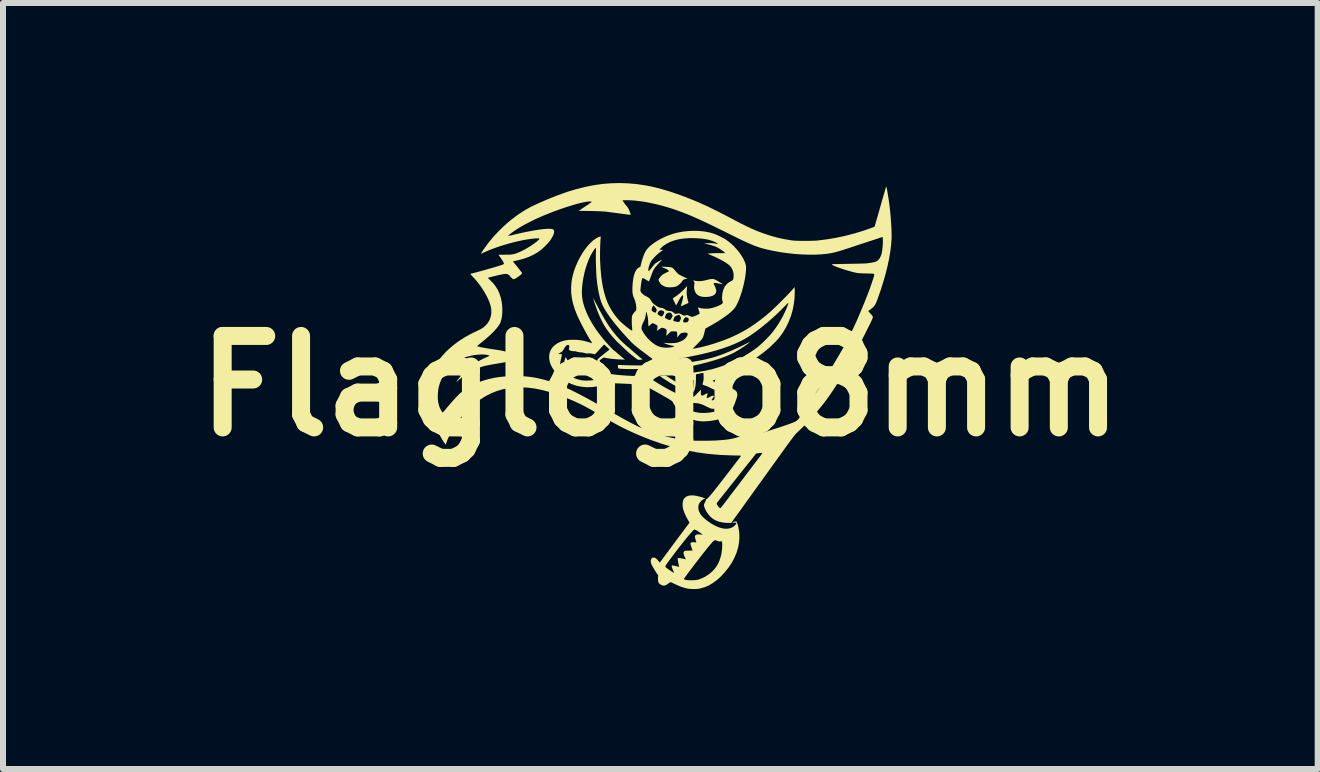
<source format=kicad_pcb>
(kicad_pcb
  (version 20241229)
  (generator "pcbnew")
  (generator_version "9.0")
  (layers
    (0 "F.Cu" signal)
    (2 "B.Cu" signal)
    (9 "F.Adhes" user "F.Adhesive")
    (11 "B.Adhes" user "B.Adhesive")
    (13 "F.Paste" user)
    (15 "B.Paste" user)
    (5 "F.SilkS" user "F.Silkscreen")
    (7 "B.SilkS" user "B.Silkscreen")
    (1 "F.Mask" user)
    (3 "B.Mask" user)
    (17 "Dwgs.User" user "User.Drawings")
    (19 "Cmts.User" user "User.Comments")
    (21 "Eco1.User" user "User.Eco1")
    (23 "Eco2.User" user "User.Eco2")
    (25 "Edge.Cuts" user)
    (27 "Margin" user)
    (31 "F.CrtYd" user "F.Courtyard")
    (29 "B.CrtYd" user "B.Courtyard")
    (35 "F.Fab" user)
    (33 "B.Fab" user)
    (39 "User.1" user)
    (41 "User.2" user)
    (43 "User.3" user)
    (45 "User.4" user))
  (footprint "Flaglogo8mm"
    (layer "F.Cu")
    (at 7.954 3.383)
    (property "Reference" "Flaglogo8mm" (at 0 0 0) (layer "F.SilkS") (effects (font (size 1.524 1.524) (thickness 0.3))))
    (attr board_only exclude_from_pos_files exclude_from_bom)
    (fp_poly (pts (xy -1.123 -1.481) (xy -1.125 -1.479) (xy -1.128 -1.481) (xy -1.125 -1.484)) (stroke (width 0) (type solid)) (fill yes) (layer "F.SilkS"))
    (fp_poly (pts (xy 0.05 -0.724) (xy 0.048 -0.722) (xy 0.045 -0.724) (xy 0.048 -0.727)) (stroke (width 0) (type solid)) (fill yes) (layer "F.SilkS"))
    (fp_poly (pts (xy 0.188 -0.113) (xy 0.217 -0.095) (xy 0.242 -0.078) (xy 0.263 -0.064) (xy 0.279 -0.054) (xy 0.288 -0.047) (xy 0.29 -0.045) (xy 0.288 -0.039) (xy 0.281 -0.029) (xy 0.273 -0.017) (xy 0.264 -0.007) (xy 0.257 -0.001) (xy 0.256 -0.000325) (xy 0.251 -0.003) (xy 0.239 -0.009) (xy 0.222 -0.019) (xy 0.211 -0.025) (xy 0.193 -0.036) (xy 0.169 -0.05) (xy 0.141 -0.068) (xy 0.111 -0.087) (xy 0.081 -0.106) (xy 0.076 -0.109) (xy 0.045 -0.129) (xy 0.021 -0.145) (xy 0.005 -0.156) (xy -0.003 -0.164) (xy -0.004 -0.17) (xy 0.003 -0.173) (xy 0.016 -0.174) (xy 0.036 -0.175) (xy 0.05 -0.175) (xy 0.088 -0.175)) (stroke (width 0) (type solid)) (fill yes) (layer "F.SilkS"))
    (fp_poly (pts (xy 0.443 -1.627) (xy 0.439 -1.568) (xy 0.441 -1.515) (xy 0.448 -1.467) (xy 0.453 -1.449) (xy 0.458 -1.427) (xy 0.464 -1.409) (xy 0.467 -1.397) (xy 0.469 -1.393) (xy 0.468 -1.389) (xy 0.462 -1.383) (xy 0.45 -1.376) (xy 0.429 -1.366) (xy 0.423 -1.364) (xy 0.393 -1.351) (xy 0.372 -1.341) (xy 0.357 -1.335) (xy 0.348 -1.332) (xy 0.343 -1.331) (xy 0.341 -1.331) (xy 0.341 -1.333) (xy 0.342 -1.34) (xy 0.346 -1.352) (xy 0.349 -1.359) (xy 0.354 -1.375) (xy 0.36 -1.396) (xy 0.366 -1.419) (xy 0.372 -1.443) (xy 0.376 -1.465) (xy 0.38 -1.482) (xy 0.381 -1.491) (xy 0.379 -1.504) (xy 0.376 -1.509) (xy 0.372 -1.513) (xy 0.366 -1.51) (xy 0.36 -1.506) (xy 0.348 -1.492) (xy 0.333 -1.47) (xy 0.316 -1.442) (xy 0.298 -1.409) (xy 0.298 -1.409) (xy 0.288 -1.389) (xy 0.279 -1.371) (xy 0.271 -1.359) (xy 0.27 -1.357) (xy 0.262 -1.343) (xy 0.234 -1.402) (xy 0.223 -1.423) (xy 0.215 -1.442) (xy 0.209 -1.455) (xy 0.207 -1.461) (xy 0.207 -1.461) (xy 0.211 -1.464) (xy 0.222 -1.471) (xy 0.238 -1.481) (xy 0.252 -1.491) (xy 0.291 -1.519) (xy 0.331 -1.552) (xy 0.372 -1.59) (xy 0.408 -1.626) (xy 0.447 -1.667)) (stroke (width 0) (type solid)) (fill yes) (layer "F.SilkS"))
    (fp_poly (pts (xy 0.883 -1.783) (xy 0.905 -1.777) (xy 0.915 -1.773) (xy 0.93 -1.764) (xy 0.949 -1.754) (xy 0.969 -1.742) (xy 0.99 -1.729) (xy 1.01 -1.718) (xy 1.026 -1.708) (xy 1.037 -1.7) (xy 1.042 -1.697) (xy 1.042 -1.697) (xy 1.036 -1.697) (xy 1.024 -1.699) (xy 1.006 -1.702) (xy 0.995 -1.704) (xy 0.958 -1.711) (xy 0.93 -1.716) (xy 0.91 -1.718) (xy 0.898 -1.718) (xy 0.891 -1.715) (xy 0.89 -1.713) (xy 0.89 -1.705) (xy 0.895 -1.691) (xy 0.903 -1.673) (xy 0.908 -1.664) (xy 0.924 -1.627) (xy 0.931 -1.595) (xy 0.931 -1.569) (xy 0.922 -1.546) (xy 0.905 -1.526) (xy 0.889 -1.514) (xy 0.863 -1.501) (xy 0.829 -1.492) (xy 0.792 -1.486) (xy 0.752 -1.484) (xy 0.714 -1.486) (xy 0.684 -1.491) (xy 0.647 -1.503) (xy 0.619 -1.519) (xy 0.597 -1.541) (xy 0.58 -1.569) (xy 0.571 -1.595) (xy 0.564 -1.621) (xy 0.562 -1.644) (xy 0.563 -1.666) (xy 0.565 -1.685) (xy 0.567 -1.702) (xy 0.569 -1.712) (xy 0.569 -1.712) (xy 0.568 -1.725) (xy 0.559 -1.741) (xy 0.546 -1.761) (xy 0.558 -1.758) (xy 0.568 -1.756) (xy 0.585 -1.753) (xy 0.606 -1.751) (xy 0.612 -1.75) (xy 0.644 -1.748) (xy 0.675 -1.749) (xy 0.709 -1.753) (xy 0.747 -1.761) (xy 0.779 -1.769) (xy 0.821 -1.779) (xy 0.855 -1.784)) (stroke (width 0) (type solid)) (fill yes) (layer "F.SilkS"))
    (fp_poly (pts (xy 0.036 -1.988) (xy 0.056 -1.988) (xy 0.081 -1.987) (xy 0.102 -1.986) (xy 0.136 -1.984) (xy 0.162 -1.981) (xy 0.181 -1.978) (xy 0.197 -1.972) (xy 0.211 -1.963) (xy 0.224 -1.95) (xy 0.239 -1.932) (xy 0.253 -1.916) (xy 0.269 -1.897) (xy 0.285 -1.88) (xy 0.299 -1.867) (xy 0.305 -1.863) (xy 0.324 -1.851) (xy 0.35 -1.838) (xy 0.378 -1.824) (xy 0.405 -1.811) (xy 0.426 -1.802) (xy 0.453 -1.791) (xy 0.436 -1.787) (xy 0.412 -1.782) (xy 0.396 -1.777) (xy 0.385 -1.772) (xy 0.376 -1.764) (xy 0.368 -1.753) (xy 0.366 -1.75) (xy 0.346 -1.723) (xy 0.321 -1.698) (xy 0.294 -1.676) (xy 0.268 -1.661) (xy 0.262 -1.659) (xy 0.24 -1.653) (xy 0.211 -1.648) (xy 0.179 -1.646) (xy 0.147 -1.645) (xy 0.118 -1.647) (xy 0.096 -1.651) (xy 0.095 -1.651) (xy 0.053 -1.667) (xy 0.019 -1.689) (xy -0.007 -1.718) (xy -0.02 -1.741) (xy -0.027 -1.755) (xy -0.03 -1.766) (xy -0.03 -1.775) (xy -0.026 -1.785) (xy -0.017 -1.798) (xy -0.002 -1.816) (xy 0.003 -1.822) (xy 0.017 -1.838) (xy 0.029 -1.85) (xy 0.043 -1.86) (xy 0.06 -1.87) (xy 0.083 -1.882) (xy 0.088 -1.885) (xy 0.109 -1.895) (xy 0.127 -1.904) (xy 0.139 -1.911) (xy 0.145 -1.914) (xy 0.145 -1.914) (xy 0.143 -1.918) (xy 0.136 -1.926) (xy 0.134 -1.929) (xy 0.123 -1.937) (xy 0.105 -1.947) (xy 0.083 -1.958) (xy 0.068 -1.965) (xy 0.047 -1.973) (xy 0.03 -1.981) (xy 0.02 -1.986) (xy 0.017 -1.988) (xy 0.022 -1.989)) (stroke (width 0) (type solid)) (fill yes) (layer "F.SilkS"))
    (fp_poly (pts (xy -1.113 -1.453) (xy -1.105 -1.439) (xy -1.093 -1.418) (xy -1.08 -1.392) (xy -1.069 -1.371) (xy -1.021 -1.28) (xy -0.976 -1.198) (xy -0.934 -1.124) (xy -0.893 -1.057) (xy -0.853 -0.995) (xy -0.813 -0.939) (xy -0.773 -0.887) (xy -0.733 -0.838) (xy -0.691 -0.791) (xy -0.657 -0.757) (xy -0.637 -0.737) (xy -0.614 -0.716) (xy -0.589 -0.693) (xy -0.565 -0.672) (xy -0.544 -0.654) (xy -0.529 -0.642) (xy -0.517 -0.632) (xy -0.501 -0.619) (xy -0.491 -0.61) (xy -0.478 -0.598) (xy -0.46 -0.582) (xy -0.438 -0.563) (xy -0.414 -0.542) (xy -0.389 -0.521) (xy -0.365 -0.5) (xy -0.344 -0.482) (xy -0.326 -0.467) (xy -0.314 -0.458) (xy -0.311 -0.456) (xy -0.295 -0.444) (xy -0.317 -0.44) (xy -0.341 -0.437) (xy -0.359 -0.437) (xy -0.375 -0.44) (xy -0.39 -0.448) (xy -0.408 -0.462) (xy -0.409 -0.463) (xy -0.454 -0.498) (xy -0.493 -0.529) (xy -0.527 -0.557) (xy -0.558 -0.585) (xy -0.589 -0.614) (xy -0.621 -0.644) (xy -0.622 -0.645) (xy -0.645 -0.668) (xy -0.666 -0.688) (xy -0.684 -0.705) (xy -0.697 -0.717) (xy -0.705 -0.724) (xy -0.706 -0.725) (xy -0.713 -0.731) (xy -0.725 -0.744) (xy -0.742 -0.761) (xy -0.761 -0.783) (xy -0.782 -0.806) (xy -0.802 -0.829) (xy -0.822 -0.852) (xy -0.839 -0.873) (xy -0.853 -0.89) (xy -0.855 -0.892) (xy -0.904 -0.961) (xy -0.95 -1.035) (xy -0.992 -1.118) (xy -1.032 -1.209) (xy -1.034 -1.216) (xy -1.046 -1.246) (xy -1.059 -1.28) (xy -1.072 -1.316) (xy -1.085 -1.351) (xy -1.096 -1.385) (xy -1.106 -1.416) (xy -1.114 -1.441) (xy -1.119 -1.459) (xy -1.12 -1.461) (xy -1.119 -1.461)) (stroke (width 0) (type solid)) (fill yes) (layer "F.SilkS"))
    (fp_poly (pts (xy 1.491 -0.731) (xy 1.479 -0.721) (xy 1.46 -0.706) (xy 1.436 -0.688) (xy 1.407 -0.668) (xy 1.375 -0.646) (xy 1.341 -0.625) (xy 1.307 -0.603) (xy 1.274 -0.584) (xy 1.244 -0.566) (xy 1.228 -0.557) (xy 1.16 -0.524) (xy 1.082 -0.491) (xy 0.994 -0.459) (xy 0.896 -0.428) (xy 0.788 -0.397) (xy 0.671 -0.367) (xy 0.546 -0.338) (xy 0.528 -0.334) (xy 0.51 -0.331) (xy 0.491 -0.328) (xy 0.47 -0.325) (xy 0.447 -0.322) (xy 0.422 -0.319) (xy 0.392 -0.317) (xy 0.358 -0.314) (xy 0.319 -0.311) (xy 0.274 -0.308) (xy 0.222 -0.305) (xy 0.163 -0.302) (xy 0.095 -0.298) (xy 0.018 -0.294) (xy -0.008 -0.293) (xy -0.058 -0.291) (xy -0.113 -0.289) (xy -0.173 -0.287) (xy -0.234 -0.285) (xy -0.296 -0.284) (xy -0.358 -0.283) (xy -0.417 -0.283) (xy -0.474 -0.283) (xy -0.525 -0.283) (xy -0.569 -0.284) (xy -0.606 -0.285) (xy -0.623 -0.286) (xy -0.649 -0.287) (xy -0.672 -0.289) (xy -0.69 -0.291) (xy -0.7 -0.293) (xy -0.702 -0.293) (xy -0.704 -0.3) (xy -0.706 -0.313) (xy -0.707 -0.324) (xy -0.707 -0.352) (xy -0.613 -0.348) (xy -0.571 -0.347) (xy -0.523 -0.346) (xy -0.47 -0.345) (xy -0.413 -0.344) (xy -0.354 -0.344) (xy -0.295 -0.344) (xy -0.237 -0.345) (xy -0.182 -0.345) (xy -0.131 -0.346) (xy -0.086 -0.347) (xy -0.048 -0.349) (xy -0.028 -0.35) (xy 0.097 -0.359) (xy 0.211 -0.368) (xy 0.318 -0.378) (xy 0.416 -0.389) (xy 0.507 -0.4) (xy 0.592 -0.413) (xy 0.671 -0.427) (xy 0.745 -0.442) (xy 0.815 -0.459) (xy 0.881 -0.477) (xy 0.937 -0.494) (xy 0.987 -0.511) (xy 1.043 -0.532) (xy 1.105 -0.557) (xy 1.17 -0.584) (xy 1.237 -0.613) (xy 1.303 -0.643) (xy 1.367 -0.674) (xy 1.412 -0.696) (xy 1.438 -0.709) (xy 1.46 -0.72) (xy 1.477 -0.727) (xy 1.488 -0.732) (xy 1.491 -0.732)) (stroke (width 0) (type solid)) (fill yes) (layer "F.SilkS"))
    (fp_poly (pts (xy -1.567 -0.464) (xy -1.555 -0.442) (xy -1.541 -0.426) (xy -1.527 -0.417) (xy -1.519 -0.416) (xy -1.509 -0.419) (xy -1.496 -0.429) (xy -1.479 -0.446) (xy -1.479 -0.446) (xy -1.465 -0.46) (xy -1.452 -0.471) (xy -1.443 -0.476) (xy -1.442 -0.476) (xy -1.437 -0.475) (xy -1.434 -0.469) (xy -1.434 -0.456) (xy -1.434 -0.45) (xy -1.434 -0.429) (xy -1.434 -0.416) (xy -1.432 -0.409) (xy -1.428 -0.406) (xy -1.422 -0.406) (xy -1.414 -0.409) (xy -1.404 -0.419) (xy -1.395 -0.432) (xy -1.38 -0.456) (xy -1.367 -0.47) (xy -1.355 -0.475) (xy -1.35 -0.475) (xy -1.345 -0.472) (xy -1.341 -0.465) (xy -1.339 -0.45) (xy -1.338 -0.44) (xy -1.335 -0.419) (xy -1.332 -0.406) (xy -1.328 -0.399) (xy -1.321 -0.396) (xy -1.316 -0.396) (xy -1.306 -0.399) (xy -1.295 -0.41) (xy -1.286 -0.421) (xy -1.276 -0.434) (xy -1.268 -0.443) (xy -1.264 -0.446) (xy -1.258 -0.443) (xy -1.249 -0.434) (xy -1.246 -0.43) (xy -1.229 -0.41) (xy -1.217 -0.398) (xy -1.208 -0.394) (xy -1.201 -0.397) (xy -1.194 -0.407) (xy -1.19 -0.414) (xy -1.175 -0.435) (xy -1.154 -0.451) (xy -1.134 -0.46) (xy -1.117 -0.466) (xy -1.121 -0.422) (xy -1.123 -0.381) (xy -1.124 -0.347) (xy -1.122 -0.319) (xy -1.117 -0.295) (xy -1.108 -0.273) (xy -1.096 -0.251) (xy -1.092 -0.244) (xy -1.085 -0.233) (xy -1.081 -0.225) (xy -1.081 -0.218) (xy -1.086 -0.209) (xy -1.096 -0.197) (xy -1.108 -0.185) (xy -1.12 -0.171) (xy -1.135 -0.183) (xy -1.158 -0.2) (xy -1.187 -0.218) (xy -1.219 -0.235) (xy -1.25 -0.25) (xy -1.257 -0.252) (xy -1.271 -0.258) (xy -1.282 -0.262) (xy -1.294 -0.265) (xy -1.307 -0.267) (xy -1.323 -0.268) (xy -1.345 -0.268) (xy -1.375 -0.269) (xy -1.391 -0.269) (xy -1.426 -0.269) (xy -1.453 -0.27) (xy -1.474 -0.271) (xy -1.49 -0.273) (xy -1.504 -0.276) (xy -1.518 -0.28) (xy -1.519 -0.28) (xy -1.551 -0.294) (xy -1.576 -0.313) (xy -1.594 -0.336) (xy -1.599 -0.351) (xy -1.602 -0.374) (xy -1.601 -0.402) (xy -1.595 -0.432) (xy -1.586 -0.459) (xy -1.585 -0.463) (xy -1.575 -0.484)) (stroke (width 0) (type solid)) (fill yes) (layer "F.SilkS"))
    (fp_poly (pts (xy 0.68 0.065) (xy 0.675 0.097) (xy 0.675 0.124) (xy 0.678 0.143) (xy 0.686 0.155) (xy 0.691 0.158) (xy 0.699 0.159) (xy 0.709 0.157) (xy 0.722 0.151) (xy 0.741 0.141) (xy 0.748 0.136) (xy 0.768 0.126) (xy 0.78 0.123) (xy 0.786 0.127) (xy 0.786 0.138) (xy 0.781 0.155) (xy 0.776 0.171) (xy 0.772 0.186) (xy 0.772 0.191) (xy 0.773 0.198) (xy 0.78 0.2) (xy 0.786 0.199) (xy 0.798 0.195) (xy 0.814 0.187) (xy 0.83 0.178) (xy 0.851 0.167) (xy 0.87 0.161) (xy 0.883 0.16) (xy 0.891 0.165) (xy 0.892 0.17) (xy 0.889 0.178) (xy 0.881 0.192) (xy 0.872 0.205) (xy 0.86 0.222) (xy 0.855 0.232) (xy 0.856 0.236) (xy 0.864 0.239) (xy 0.877 0.236) (xy 0.894 0.225) (xy 0.909 0.214) (xy 0.93 0.197) (xy 0.946 0.186) (xy 0.959 0.181) (xy 0.965 0.18) (xy 0.971 0.184) (xy 0.972 0.195) (xy 0.968 0.21) (xy 0.958 0.229) (xy 0.957 0.23) (xy 0.949 0.246) (xy 0.944 0.26) (xy 0.943 0.267) (xy 0.947 0.277) (xy 0.956 0.279) (xy 0.97 0.274) (xy 0.99 0.262) (xy 1.002 0.253) (xy 1.02 0.24) (xy 1.032 0.232) (xy 1.041 0.229) (xy 1.047 0.23) (xy 1.048 0.231) (xy 1.055 0.235) (xy 1.057 0.24) (xy 1.054 0.248) (xy 1.053 0.253) (xy 1.044 0.268) (xy 1.028 0.287) (xy 1.008 0.307) (xy 0.985 0.328) (xy 0.96 0.347) (xy 0.937 0.363) (xy 0.924 0.37) (xy 0.896 0.379) (xy 0.865 0.38) (xy 0.834 0.372) (xy 0.832 0.371) (xy 0.819 0.365) (xy 0.799 0.356) (xy 0.776 0.345) (xy 0.754 0.334) (xy 0.719 0.317) (xy 0.689 0.305) (xy 0.66 0.296) (xy 0.631 0.289) (xy 0.598 0.285) (xy 0.559 0.282) (xy 0.54 0.282) (xy 0.508 0.28) (xy 0.486 0.279) (xy 0.47 0.277) (xy 0.459 0.275) (xy 0.453 0.273) (xy 0.449 0.269) (xy 0.448 0.268) (xy 0.443 0.254) (xy 0.448 0.24) (xy 0.463 0.225) (xy 0.488 0.209) (xy 0.522 0.193) (xy 0.539 0.185) (xy 0.553 0.179) (xy 0.565 0.171) (xy 0.577 0.161) (xy 0.591 0.148) (xy 0.609 0.13) (xy 0.625 0.113) (xy 0.647 0.09) (xy 0.663 0.074) (xy 0.674 0.065) (xy 0.679 0.062)) (stroke (width 0) (type solid)) (fill yes) (layer "F.SilkS"))
    (fp_poly (pts (xy 0.554 1.823) (xy 0.608 1.831) (xy 0.668 1.846) (xy 0.683 1.85) (xy 0.709 1.859) (xy 0.728 1.867) (xy 0.741 1.873) (xy 0.746 1.877) (xy 0.743 1.88) (xy 0.74 1.88) (xy 0.723 1.884) (xy 0.703 1.896) (xy 0.683 1.912) (xy 0.664 1.933) (xy 0.649 1.954) (xy 0.64 1.973) (xy 0.632 2.01) (xy 0.634 2.049) (xy 0.645 2.089) (xy 0.664 2.128) (xy 0.67 2.137) (xy 0.687 2.159) (xy 0.711 2.184) (xy 0.738 2.21) (xy 0.768 2.235) (xy 0.793 2.254) (xy 0.855 2.296) (xy 0.915 2.329) (xy 0.973 2.354) (xy 1.027 2.37) (xy 1.079 2.378) (xy 1.126 2.377) (xy 1.17 2.367) (xy 1.209 2.349) (xy 1.215 2.345) (xy 1.231 2.333) (xy 1.246 2.318) (xy 1.259 2.302) (xy 1.267 2.289) (xy 1.268 2.283) (xy 1.265 2.279) (xy 1.256 2.277) (xy 1.239 2.276) (xy 1.232 2.276) (xy 1.214 2.276) (xy 1.204 2.275) (xy 1.201 2.273) (xy 1.204 2.27) (xy 1.208 2.267) (xy 1.22 2.262) (xy 1.237 2.258) (xy 1.243 2.257) (xy 1.258 2.256) (xy 1.267 2.258) (xy 1.272 2.264) (xy 1.276 2.271) (xy 1.284 2.29) (xy 1.292 2.318) (xy 1.3 2.351) (xy 1.306 2.387) (xy 1.312 2.423) (xy 1.315 2.448) (xy 1.317 2.531) (xy 1.31 2.614) (xy 1.294 2.699) (xy 1.268 2.782) (xy 1.233 2.864) (xy 1.19 2.945) (xy 1.138 3.022) (xy 1.133 3.029) (xy 1.07 3.107) (xy 1.006 3.176) (xy 0.941 3.234) (xy 0.875 3.283) (xy 0.808 3.322) (xy 0.739 3.352) (xy 0.668 3.372) (xy 0.647 3.377) (xy 0.614 3.381) (xy 0.575 3.383) (xy 0.533 3.382) (xy 0.493 3.38) (xy 0.458 3.376) (xy 0.406 3.364) (xy 0.351 3.347) (xy 0.291 3.322) (xy 0.251 3.304) (xy 0.226 3.292) (xy 0.204 3.281) (xy 0.186 3.274) (xy 0.174 3.269) (xy 0.171 3.268) (xy 0.163 3.271) (xy 0.15 3.279) (xy 0.134 3.291) (xy 0.13 3.293) (xy 0.101 3.313) (xy 0.075 3.324) (xy 0.049 3.326) (xy 0.022 3.318) (xy -0.002 3.305) (xy -0.02 3.29) (xy -0.032 3.27) (xy -0.038 3.245) (xy -0.039 3.218) (xy 0.393 3.218) (xy 0.393 3.219) (xy 0.393 3.219) (xy 0.416 3.228) (xy 0.447 3.234) (xy 0.488 3.236) (xy 0.531 3.236) (xy 0.563 3.235) (xy 0.587 3.233) (xy 0.607 3.231) (xy 0.625 3.227) (xy 0.644 3.221) (xy 0.647 3.221) (xy 0.701 3.2) (xy 0.752 3.174) (xy 0.804 3.139) (xy 0.816 3.131) (xy 0.87 3.085) (xy 0.915 3.034) (xy 0.953 2.977) (xy 0.983 2.914) (xy 1.006 2.844) (xy 1.009 2.834) (xy 1.018 2.795) (xy 1.024 2.752) (xy 1.029 2.709) (xy 1.031 2.669) (xy 1.031 2.634) (xy 1.03 2.624) (xy 1.027 2.586) (xy 1.003 2.589) (xy 0.981 2.59) (xy 0.962 2.585) (xy 0.957 2.583) (xy 0.937 2.575) (xy 0.921 2.57) (xy 0.908 2.57) (xy 0.895 2.575) (xy 0.882 2.586) (xy 0.865 2.603) (xy 0.846 2.626) (xy 0.831 2.644) (xy 0.819 2.658) (xy 0.81 2.668) (xy 0.807 2.672) (xy 0.802 2.677) (xy 0.793 2.689) (xy 0.779 2.706) (xy 0.761 2.728) (xy 0.742 2.753) (xy 0.72 2.78) (xy 0.698 2.808) (xy 0.676 2.836) (xy 0.655 2.863) (xy 0.637 2.887) (xy 0.621 2.908) (xy 0.619 2.91) (xy 0.575 2.967) (xy 0.537 3.017) (xy 0.505 3.06) (xy 0.477 3.096) (xy 0.454 3.127) (xy 0.436 3.152) (xy 0.421 3.172) (xy 0.41 3.188) (xy 0.402 3.2) (xy 0.396 3.208) (xy 0.393 3.214) (xy 0.393 3.218) (xy -0.039 3.218) (xy -0.039 3.212) (xy -0.039 3.201) (xy -0.036 3.156) (xy -0.055 3.128) (xy -0.073 3.101) (xy -0.092 3.071) (xy -0.11 3.04) (xy -0.127 3.011) (xy -0.131 3.005) (xy 0.084 3.005) (xy 0.085 3.01) (xy 0.087 3.015) (xy 0.091 3.02) (xy 0.099 3.027) (xy 0.114 3.039) (xy 0.134 3.054) (xy 0.158 3.07) (xy 0.184 3.088) (xy 0.211 3.105) (xy 0.213 3.106) (xy 0.222 3.111) (xy 0.226 3.111) (xy 0.226 3.105) (xy 0.221 3.093) (xy 0.213 3.073) (xy 0.2 3.042) (xy 0.192 3.019) (xy 0.189 3.004) (xy 0.191 2.994) (xy 0.198 2.99) (xy 0.212 2.991) (xy 0.233 2.994) (xy 0.244 2.997) (xy 0.266 3.002) (xy 0.285 3.007) (xy 0.299 3.01) (xy 0.304 3.011) (xy 0.314 3.014) (xy 0.305 2.977) (xy 0.299 2.952) (xy 0.295 2.924) (xy 0.292 2.904) (xy 0.289 2.867) (xy 0.311 2.867) (xy 0.332 2.869) (xy 0.359 2.873) (xy 0.391 2.88) (xy 0.412 2.885) (xy 0.426 2.889) (xy 0.408 2.852) (xy 0.394 2.821) (xy 0.387 2.794) (xy 0.387 2.772) (xy 0.394 2.757) (xy 0.396 2.755) (xy 0.402 2.75) (xy 0.41 2.747) (xy 0.421 2.745) (xy 0.439 2.744) (xy 0.464 2.743) (xy 0.472 2.743) (xy 0.496 2.742) (xy 0.516 2.741) (xy 0.53 2.74) (xy 0.536 2.739) (xy 0.536 2.739) (xy 0.535 2.734) (xy 0.53 2.722) (xy 0.524 2.705) (xy 0.522 2.698) (xy 0.511 2.666) (xy 0.504 2.641) (xy 0.503 2.623) (xy 0.507 2.612) (xy 0.517 2.605) (xy 0.534 2.602) (xy 0.558 2.603) (xy 0.56 2.603) (xy 0.581 2.604) (xy 0.593 2.604) (xy 0.598 2.603) (xy 0.599 2.6) (xy 0.599 2.597) (xy 0.594 2.583) (xy 0.588 2.564) (xy 0.583 2.544) (xy 0.579 2.525) (xy 0.577 2.513) (xy 0.576 2.511) (xy 0.58 2.493) (xy 0.591 2.482) (xy 0.609 2.475) (xy 0.627 2.472) (xy 0.648 2.472) (xy 0.669 2.474) (xy 0.68 2.475) (xy 0.693 2.478) (xy 0.701 2.477) (xy 0.702 2.476) (xy 0.698 2.471) (xy 0.687 2.462) (xy 0.672 2.451) (xy 0.654 2.438) (xy 0.636 2.425) (xy 0.618 2.413) (xy 0.603 2.405) (xy 0.6 2.403) (xy 0.585 2.396) (xy 0.572 2.392) (xy 0.567 2.391) (xy 0.56 2.395) (xy 0.547 2.406) (xy 0.53 2.425) (xy 0.508 2.449) (xy 0.482 2.479) (xy 0.452 2.514) (xy 0.42 2.554) (xy 0.385 2.597) (xy 0.348 2.644) (xy 0.309 2.693) (xy 0.27 2.744) (xy 0.23 2.797) (xy 0.19 2.85) (xy 0.155 2.897) (xy 0.132 2.929) (xy 0.114 2.954) (xy 0.1 2.973) (xy 0.091 2.987) (xy 0.086 2.997) (xy 0.084 3.005) (xy -0.131 3.005) (xy -0.14 2.986) (xy -0.146 2.975) (xy -0.157 2.946) (xy -0.16 2.919) (xy -0.158 2.895) (xy -0.149 2.876) (xy -0.134 2.863) (xy -0.114 2.858) (xy -0.11 2.857) (xy -0.091 2.862) (xy -0.07 2.874) (xy -0.049 2.894) (xy -0.03 2.917) (xy -0.02 2.93) (xy -0.013 2.939) (xy -0.01 2.942) (xy -0.006 2.939) (xy -0.001 2.932) (xy 0.004 2.925) (xy 0.014 2.911) (xy 0.028 2.892) (xy 0.045 2.869) (xy 0.065 2.842) (xy 0.077 2.825) (xy 0.1 2.794) (xy 0.125 2.761) (xy 0.148 2.729) (xy 0.17 2.701) (xy 0.187 2.677) (xy 0.191 2.672) (xy 0.204 2.655) (xy 0.221 2.631) (xy 0.243 2.602) (xy 0.268 2.568) (xy 0.295 2.532) (xy 0.324 2.493) (xy 0.353 2.455) (xy 0.36 2.445) (xy 0.486 2.276) (xy 0.456 2.224) (xy 0.433 2.182) (xy 0.412 2.138) (xy 0.395 2.096) (xy 0.382 2.057) (xy 0.378 2.042) (xy 0.373 2.013) (xy 0.371 1.981) (xy 0.372 1.95) (xy 0.376 1.921) (xy 0.382 1.899) (xy 0.385 1.892) (xy 0.405 1.864) (xy 0.432 1.843) (xy 0.466 1.829) (xy 0.507 1.822)) (stroke (width 0) (type solid)) (fill yes) (layer "F.SilkS"))
    (fp_poly (pts (xy -0.539 -3.378) (xy -0.398 -3.366) (xy -0.256 -3.345) (xy -0.155 -3.326) (xy -0.057 -3.303) (xy 0.047 -3.275) (xy 0.157 -3.242) (xy 0.271 -3.203) (xy 0.389 -3.161) (xy 0.509 -3.114) (xy 0.63 -3.064) (xy 0.75 -3.01) (xy 0.764 -3.004) (xy 0.796 -2.989) (xy 0.835 -2.97) (xy 0.88 -2.948) (xy 0.928 -2.924) (xy 0.979 -2.899) (xy 1.03 -2.872) (xy 1.08 -2.847) (xy 1.128 -2.822) (xy 1.171 -2.799) (xy 1.208 -2.78) (xy 1.226 -2.77) (xy 1.242 -2.761) (xy 1.266 -2.748) (xy 1.296 -2.733) (xy 1.329 -2.716) (xy 1.364 -2.699) (xy 1.4 -2.681) (xy 1.433 -2.664) (xy 1.464 -2.65) (xy 1.489 -2.637) (xy 1.506 -2.629) (xy 1.616 -2.582) (xy 1.729 -2.54) (xy 1.842 -2.503) (xy 1.956 -2.472) (xy 2.066 -2.448) (xy 2.172 -2.43) (xy 2.208 -2.425) (xy 2.233 -2.423) (xy 2.267 -2.421) (xy 2.307 -2.42) (xy 2.351 -2.419) (xy 2.398 -2.419) (xy 2.445 -2.419) (xy 2.492 -2.42) (xy 2.536 -2.421) (xy 2.575 -2.422) (xy 2.607 -2.424) (xy 2.619 -2.425) (xy 2.77 -2.444) (xy 2.925 -2.47) (xy 3.08 -2.503) (xy 3.235 -2.543) (xy 3.386 -2.589) (xy 3.478 -2.621) (xy 3.569 -2.654) (xy 3.581 -2.694) (xy 3.585 -2.706) (xy 3.591 -2.727) (xy 3.599 -2.755) (xy 3.609 -2.791) (xy 3.621 -2.831) (xy 3.634 -2.877) (xy 3.648 -2.926) (xy 3.663 -2.979) (xy 3.678 -3.031) (xy 3.692 -3.084) (xy 3.707 -3.133) (xy 3.72 -3.179) (xy 3.732 -3.219) (xy 3.742 -3.255) (xy 3.751 -3.284) (xy 3.758 -3.306) (xy 3.763 -3.32) (xy 3.765 -3.325) (xy 3.765 -3.325) (xy 3.768 -3.318) (xy 3.771 -3.302) (xy 3.776 -3.28) (xy 3.781 -3.251) (xy 3.787 -3.217) (xy 3.793 -3.18) (xy 3.8 -3.14) (xy 3.806 -3.099) (xy 3.812 -3.059) (xy 3.817 -3.02) (xy 3.821 -2.984) (xy 3.822 -2.98) (xy 3.829 -2.918) (xy 3.835 -2.853) (xy 3.84 -2.787) (xy 3.845 -2.721) (xy 3.849 -2.657) (xy 3.852 -2.596) (xy 3.853 -2.541) (xy 3.854 -2.491) (xy 3.853 -2.45) (xy 3.852 -2.441) (xy 3.844 -2.338) (xy 3.83 -2.229) (xy 3.81 -2.113) (xy 3.784 -1.992) (xy 3.753 -1.867) (xy 3.716 -1.738) (xy 3.675 -1.607) (xy 3.629 -1.476) (xy 3.614 -1.435) (xy 3.601 -1.401) (xy 3.589 -1.374) (xy 3.576 -1.351) (xy 3.563 -1.332) (xy 3.547 -1.315) (xy 3.527 -1.297) (xy 3.503 -1.278) (xy 3.474 -1.257) (xy 3.464 -1.25) (xy 3.467 -1.246) (xy 3.475 -1.236) (xy 3.487 -1.223) (xy 3.496 -1.213) (xy 3.511 -1.196) (xy 3.525 -1.18) (xy 3.534 -1.167) (xy 3.537 -1.163) (xy 3.54 -1.156) (xy 3.541 -1.149) (xy 3.54 -1.14) (xy 3.536 -1.128) (xy 3.528 -1.109) (xy 3.524 -1.1) (xy 3.513 -1.076) (xy 3.498 -1.044) (xy 3.479 -1.006) (xy 3.457 -0.963) (xy 3.433 -0.915) (xy 3.408 -0.864) (xy 3.381 -0.812) (xy 3.354 -0.759) (xy 3.326 -0.706) (xy 3.3 -0.656) (xy 3.274 -0.608) (xy 3.251 -0.564) (xy 3.237 -0.539) (xy 3.178 -0.432) (xy 3.123 -0.333) (xy 3.07 -0.242) (xy 3.021 -0.158) (xy 2.974 -0.08) (xy 2.928 -0.007) (xy 2.884 0.062) (xy 2.84 0.127) (xy 2.796 0.189) (xy 2.752 0.249) (xy 2.707 0.308) (xy 2.66 0.366) (xy 2.611 0.425) (xy 2.56 0.484) (xy 2.541 0.506) (xy 2.505 0.546) (xy 2.465 0.59) (xy 2.42 0.636) (xy 2.375 0.682) (xy 2.331 0.726) (xy 2.29 0.765) (xy 2.277 0.777) (xy 2.266 0.788) (xy 2.253 0.802) (xy 2.239 0.818) (xy 2.223 0.839) (xy 2.204 0.864) (xy 2.181 0.894) (xy 2.154 0.931) (xy 2.122 0.974) (xy 2.105 0.998) (xy 2.076 1.038) (xy 2.047 1.078) (xy 2.019 1.117) (xy 1.993 1.153) (xy 1.97 1.185) (xy 1.95 1.212) (xy 1.936 1.233) (xy 1.93 1.241) (xy 1.912 1.265) (xy 1.891 1.295) (xy 1.868 1.327) (xy 1.844 1.36) (xy 1.827 1.384) (xy 1.814 1.402) (xy 1.796 1.427) (xy 1.773 1.459) (xy 1.746 1.496) (xy 1.716 1.538) (xy 1.684 1.583) (xy 1.649 1.631) (xy 1.613 1.681) (xy 1.576 1.732) (xy 1.555 1.762) (xy 1.517 1.814) (xy 1.48 1.866) (xy 1.442 1.918) (xy 1.406 1.968) (xy 1.372 2.016) (xy 1.341 2.059) (xy 1.312 2.099) (xy 1.288 2.132) (xy 1.269 2.159) (xy 1.261 2.169) (xy 1.181 2.281) (xy 1.128 2.28) (xy 1.102 2.28) (xy 1.076 2.278) (xy 1.054 2.276) (xy 1.046 2.275) (xy 0.983 2.262) (xy 0.928 2.242) (xy 0.878 2.214) (xy 0.835 2.179) (xy 0.797 2.135) (xy 0.768 2.092) (xy 0.752 2.062) (xy 0.74 2.034) (xy 0.731 2.008) (xy 0.727 1.988) (xy 0.727 1.984) (xy 0.729 1.972) (xy 0.735 1.955) (xy 0.736 1.953) (xy 0.939 1.953) (xy 0.94 1.963) (xy 0.946 1.978) (xy 0.956 1.994) (xy 0.968 2.01) (xy 0.981 2.024) (xy 0.993 2.032) (xy 1.001 2.034) (xy 1.006 2.03) (xy 1.016 2.019) (xy 1.029 2.002) (xy 1.046 1.981) (xy 1.065 1.957) (xy 1.07 1.95) (xy 1.089 1.925) (xy 1.113 1.893) (xy 1.14 1.858) (xy 1.169 1.819) (xy 1.199 1.78) (xy 1.228 1.742) (xy 1.238 1.729) (xy 1.265 1.693) (xy 1.293 1.657) (xy 1.32 1.621) (xy 1.345 1.588) (xy 1.368 1.558) (xy 1.386 1.535) (xy 1.392 1.526) (xy 1.409 1.504) (xy 1.43 1.476) (xy 1.455 1.443) (xy 1.481 1.409) (xy 1.508 1.374) (xy 1.527 1.348) (xy 1.552 1.315) (xy 1.578 1.281) (xy 1.603 1.248) (xy 1.627 1.217) (xy 1.646 1.192) (xy 1.658 1.176) (xy 1.678 1.149) (xy 1.691 1.13) (xy 1.697 1.118) (xy 1.697 1.114) (xy 1.69 1.114) (xy 1.676 1.115) (xy 1.658 1.116) (xy 1.638 1.118) (xy 1.62 1.12) (xy 1.605 1.122) (xy 1.597 1.124) (xy 1.597 1.124) (xy 1.593 1.128) (xy 1.584 1.139) (xy 1.57 1.157) (xy 1.552 1.18) (xy 1.53 1.208) (xy 1.504 1.241) (xy 1.475 1.277) (xy 1.444 1.315) (xy 1.428 1.336) (xy 1.393 1.379) (xy 1.358 1.423) (xy 1.324 1.467) (xy 1.291 1.508) (xy 1.26 1.547) (xy 1.233 1.581) (xy 1.21 1.61) (xy 1.192 1.632) (xy 1.191 1.634) (xy 1.167 1.663) (xy 1.14 1.698) (xy 1.11 1.736) (xy 1.079 1.774) (xy 1.049 1.812) (xy 1.031 1.834) (xy 1.008 1.864) (xy 0.987 1.89) (xy 0.969 1.914) (xy 0.954 1.932) (xy 0.944 1.946) (xy 0.939 1.952) (xy 0.939 1.953) (xy 0.736 1.953) (xy 0.744 1.936) (xy 0.744 1.934) (xy 0.753 1.917) (xy 0.759 1.902) (xy 0.762 1.893) (xy 0.762 1.892) (xy 0.765 1.886) (xy 0.767 1.885) (xy 0.775 1.881) (xy 0.789 1.869) (xy 0.807 1.851) (xy 0.83 1.826) (xy 0.855 1.796) (xy 0.877 1.77) (xy 0.9 1.741) (xy 0.927 1.706) (xy 0.959 1.666) (xy 0.992 1.623) (xy 1.027 1.578) (xy 1.062 1.533) (xy 1.096 1.489) (xy 1.128 1.448) (xy 1.155 1.412) (xy 1.171 1.391) (xy 1.191 1.366) (xy 1.211 1.339) (xy 1.23 1.314) (xy 1.246 1.293) (xy 1.248 1.291) (xy 1.279 1.25) (xy 1.305 1.217) (xy 1.324 1.192) (xy 1.337 1.174) (xy 1.343 1.163) (xy 1.344 1.161) (xy 1.339 1.16) (xy 1.325 1.159) (xy 1.304 1.158) (xy 1.277 1.157) (xy 1.244 1.157) (xy 1.208 1.156) (xy 1.197 1.156) (xy 0.997 1.148) (xy 0.8 1.131) (xy 0.604 1.104) (xy 0.41 1.067) (xy 0.218 1.02) (xy 0.027 0.963) (xy -0.162 0.897) (xy -0.236 0.868) (xy -0.324 0.832) (xy -0.407 0.797) (xy -0.485 0.762) (xy -0.56 0.727) (xy -0.635 0.69) (xy -0.71 0.651) (xy -0.788 0.608) (xy -0.87 0.562) (xy -0.958 0.51) (xy -0.978 0.499) (xy -1.051 0.455) (xy -1.118 0.416) (xy -1.179 0.382) (xy -1.236 0.351) (xy -1.29 0.322) (xy -1.342 0.296) (xy -1.394 0.272) (xy -1.447 0.248) (xy -1.503 0.224) (xy -1.562 0.199) (xy -1.577 0.193) (xy -1.71 0.142) (xy -1.839 0.101) (xy -1.963 0.068) (xy -2.083 0.043) (xy -2.198 0.028) (xy -2.31 0.021) (xy -2.417 0.023) (xy -2.52 0.033) (xy -2.619 0.052) (xy -2.719 0.081) (xy -2.816 0.119) (xy -2.91 0.167) (xy -3.001 0.224) (xy -3.09 0.29) (xy -3.176 0.366) (xy -3.26 0.451) (xy -3.334 0.537) (xy -3.401 0.626) (xy -3.459 0.715) (xy -3.508 0.806) (xy -3.548 0.896) (xy -3.559 0.926) (xy -3.577 0.977) (xy -3.598 0.948) (xy -3.637 0.89) (xy -3.674 0.822) (xy -3.709 0.747) (xy -3.741 0.666) (xy -3.769 0.58) (xy -3.794 0.49) (xy -3.815 0.398) (xy -3.832 0.304) (xy -3.837 0.266) (xy -3.845 0.196) (xy -3.709 0.196) (xy -3.706 0.236) (xy -3.701 0.274) (xy -3.692 0.311) (xy -3.684 0.338) (xy -3.677 0.357) (xy -3.667 0.378) (xy -3.657 0.398) (xy -3.646 0.416) (xy -3.637 0.431) (xy -3.629 0.439) (xy -3.626 0.44) (xy -3.621 0.436) (xy -3.611 0.425) (xy -3.598 0.41) (xy -3.584 0.394) (xy -3.561 0.366) (xy -3.535 0.335) (xy -3.507 0.303) (xy -3.478 0.27) (xy -3.449 0.237) (xy -3.422 0.207) (xy -3.397 0.18) (xy -3.375 0.157) (xy -3.358 0.14) (xy -3.348 0.13) (xy -3.271 0.068) (xy -3.187 0.014) (xy -3.096 -0.033) (xy -2.999 -0.074) (xy -2.933 -0.096) (xy -2.853 -0.118) (xy -2.774 -0.136) (xy -2.692 -0.149) (xy -2.606 -0.158) (xy -2.514 -0.164) (xy -2.415 -0.165) (xy -2.412 -0.165) (xy -2.33 -0.164) (xy -2.255 -0.161) (xy -2.186 -0.154) (xy -2.119 -0.145) (xy -2.052 -0.133) (xy -1.982 -0.117) (xy -1.974 -0.115) (xy -1.916 -0.1) (xy -1.858 -0.082) (xy -1.799 -0.063) (xy -1.74 -0.042) (xy -1.678 -0.018) (xy -1.614 0.009) (xy -1.546 0.04) (xy -1.475 0.073) (xy -1.4 0.111) (xy -1.32 0.152) (xy -1.234 0.198) (xy -1.141 0.249) (xy -1.042 0.304) (xy -0.936 0.365) (xy -0.897 0.387) (xy -0.799 0.443) (xy -0.709 0.494) (xy -0.627 0.54) (xy -0.553 0.58) (xy -0.486 0.616) (xy -0.427 0.646) (xy -0.375 0.672) (xy -0.331 0.692) (xy -0.183 0.753) (xy -0.034 0.804) (xy 0.115 0.846) (xy 0.266 0.878) (xy 0.418 0.9) (xy 0.494 0.907) (xy 0.52 0.908) (xy 0.555 0.91) (xy 0.596 0.911) (xy 0.642 0.911) (xy 0.691 0.911) (xy 0.741 0.911) (xy 0.791 0.911) (xy 0.838 0.91) (xy 0.881 0.909) (xy 0.919 0.908) (xy 0.93 0.907) (xy 1.006 0.902) (xy 1.073 0.896) (xy 1.132 0.889) (xy 1.185 0.88) (xy 1.233 0.869) (xy 1.277 0.856) (xy 1.319 0.841) (xy 1.358 0.822) (xy 1.398 0.8) (xy 1.43 0.78) (xy 1.465 0.758) (xy 1.498 0.739) (xy 1.531 0.722) (xy 1.566 0.707) (xy 1.605 0.692) (xy 1.649 0.676) (xy 1.699 0.66) (xy 1.733 0.649) (xy 1.742 0.648) (xy 1.744 0.65) (xy 1.742 0.656) (xy 1.735 0.668) (xy 1.724 0.686) (xy 1.711 0.707) (xy 1.704 0.719) (xy 1.69 0.741) (xy 1.679 0.761) (xy 1.671 0.776) (xy 1.667 0.784) (xy 1.666 0.786) (xy 1.672 0.786) (xy 1.683 0.783) (xy 1.685 0.783) (xy 1.696 0.779) (xy 1.714 0.774) (xy 1.737 0.767) (xy 1.763 0.759) (xy 1.77 0.757) (xy 1.846 0.733) (xy 1.918 0.71) (xy 1.985 0.689) (xy 2.046 0.668) (xy 2.102 0.649) (xy 2.15 0.632) (xy 2.192 0.616) (xy 2.225 0.603) (xy 2.249 0.593) (xy 2.251 0.591) (xy 2.274 0.577) (xy 2.295 0.556) (xy 2.305 0.545) (xy 2.317 0.529) (xy 2.333 0.506) (xy 2.354 0.478) (xy 2.376 0.445) (xy 2.401 0.409) (xy 2.426 0.372) (xy 2.451 0.336) (xy 2.474 0.3) (xy 2.494 0.27) (xy 2.51 0.244) (xy 2.526 0.219) (xy 2.541 0.196) (xy 2.553 0.178) (xy 2.554 0.175) (xy 2.58 0.136) (xy 2.609 0.09) (xy 2.641 0.038) (xy 2.676 -0.018) (xy 2.713 -0.078) (xy 2.751 -0.141) (xy 2.79 -0.204) (xy 2.829 -0.268) (xy 2.867 -0.331) (xy 2.904 -0.392) (xy 2.938 -0.45) (xy 2.971 -0.504) (xy 2.999 -0.553) (xy 3.024 -0.595) (xy 3.044 -0.63) (xy 3.045 -0.632) (xy 3.102 -0.736) (xy 3.16 -0.849) (xy 3.219 -0.971) (xy 3.279 -1.102) (xy 3.338 -1.24) (xy 3.398 -1.385) (xy 3.409 -1.413) (xy 3.43 -1.466) (xy 3.451 -1.519) (xy 3.471 -1.572) (xy 3.49 -1.622) (xy 3.507 -1.671) (xy 3.523 -1.715) (xy 3.536 -1.756) (xy 3.548 -1.791) (xy 3.556 -1.819) (xy 3.562 -1.84) (xy 3.564 -1.853) (xy 3.564 -1.854) (xy 3.564 -1.863) (xy 3.56 -1.868) (xy 3.551 -1.87) (xy 3.538 -1.872) (xy 3.525 -1.873) (xy 3.504 -1.874) (xy 3.477 -1.875) (xy 3.445 -1.876) (xy 3.412 -1.877) (xy 3.404 -1.877) (xy 3.365 -1.878) (xy 3.335 -1.879) (xy 3.311 -1.881) (xy 3.29 -1.883) (xy 3.271 -1.886) (xy 3.251 -1.89) (xy 3.241 -1.892) (xy 3.201 -1.902) (xy 3.155 -1.915) (xy 3.106 -1.929) (xy 3.057 -1.944) (xy 3.01 -1.96) (xy 2.967 -1.974) (xy 2.939 -1.985) (xy 2.906 -1.998) (xy 2.883 -2.009) (xy 2.868 -2.017) (xy 2.86 -2.023) (xy 2.858 -2.028) (xy 2.859 -2.029) (xy 2.865 -2.03) (xy 2.88 -2.031) (xy 2.902 -2.031) (xy 2.932 -2.032) (xy 2.969 -2.033) (xy 3.01 -2.034) (xy 3.056 -2.035) (xy 3.106 -2.036) (xy 3.127 -2.036) (xy 3.18 -2.037) (xy 3.23 -2.038) (xy 3.279 -2.039) (xy 3.323 -2.04) (xy 3.362 -2.041) (xy 3.396 -2.042) (xy 3.421 -2.043) (xy 3.438 -2.044) (xy 3.441 -2.045) (xy 3.487 -2.051) (xy 3.528 -2.057) (xy 3.562 -2.065) (xy 3.589 -2.072) (xy 3.596 -2.075) (xy 3.624 -2.093) (xy 3.648 -2.119) (xy 3.668 -2.154) (xy 3.685 -2.198) (xy 3.69 -2.217) (xy 3.695 -2.247) (xy 3.7 -2.283) (xy 3.704 -2.323) (xy 3.707 -2.364) (xy 3.708 -2.402) (xy 3.708 -2.434) (xy 3.707 -2.444) (xy 3.704 -2.486) (xy 3.683 -2.478) (xy 3.672 -2.474) (xy 3.653 -2.468) (xy 3.628 -2.46) (xy 3.599 -2.45) (xy 3.568 -2.44) (xy 3.562 -2.438) (xy 3.537 -2.43) (xy 3.504 -2.419) (xy 3.464 -2.406) (xy 3.419 -2.391) (xy 3.37 -2.375) (xy 3.318 -2.358) (xy 3.265 -2.341) (xy 3.213 -2.323) (xy 3.206 -2.321) (xy 3.141 -2.299) (xy 3.085 -2.281) (xy 3.036 -2.265) (xy 2.993 -2.252) (xy 2.955 -2.241) (xy 2.922 -2.232) (xy 2.892 -2.225) (xy 2.863 -2.218) (xy 2.836 -2.213) (xy 2.808 -2.209) (xy 2.779 -2.204) (xy 2.771 -2.203) (xy 2.677 -2.194) (xy 2.575 -2.189) (xy 2.467 -2.189) (xy 2.355 -2.193) (xy 2.24 -2.201) (xy 2.123 -2.214) (xy 2.006 -2.23) (xy 1.889 -2.251) (xy 1.796 -2.271) (xy 1.758 -2.28) (xy 1.721 -2.289) (xy 1.686 -2.299) (xy 1.652 -2.309) (xy 1.618 -2.321) (xy 1.583 -2.333) (xy 1.545 -2.348) (xy 1.505 -2.365) (xy 1.461 -2.384) (xy 1.413 -2.406) (xy 1.36 -2.431) (xy 1.3 -2.46) (xy 1.233 -2.493) (xy 1.158 -2.53) (xy 1.148 -2.535) (xy 1.056 -2.581) (xy 0.971 -2.622) (xy 0.895 -2.66) (xy 0.824 -2.694) (xy 0.76 -2.725) (xy 0.7 -2.752) (xy 0.645 -2.778) (xy 0.593 -2.801) (xy 0.544 -2.823) (xy 0.497 -2.843) (xy 0.451 -2.862) (xy 0.405 -2.88) (xy 0.359 -2.898) (xy 0.315 -2.914) (xy 0.222 -2.947) (xy 0.127 -2.977) (xy 0.03 -3.005) (xy -0.066 -3.029) (xy -0.161 -3.05) (xy -0.254 -3.068) (xy -0.343 -3.081) (xy -0.427 -3.091) (xy -0.505 -3.096) (xy -0.575 -3.097) (xy -0.578 -3.097) (xy -0.632 -3.095) (xy -0.61 -3.061) (xy -0.596 -3.042) (xy -0.583 -3.023) (xy -0.571 -3.009) (xy -0.57 -3.008) (xy -0.556 -2.992) (xy -0.543 -2.975) (xy -0.54 -2.97) (xy -0.533 -2.958) (xy -0.525 -2.941) (xy -0.516 -2.921) (xy -0.508 -2.9) (xy -0.5 -2.881) (xy -0.495 -2.865) (xy -0.493 -2.856) (xy -0.493 -2.854) (xy -0.499 -2.854) (xy -0.513 -2.855) (xy -0.535 -2.857) (xy -0.563 -2.861) (xy -0.597 -2.865) (xy -0.635 -2.87) (xy -0.673 -2.875) (xy -0.717 -2.881) (xy -0.76 -2.887) (xy -0.802 -2.892) (xy -0.839 -2.897) (xy -0.871 -2.901) (xy -0.896 -2.905) (xy -0.907 -2.906) (xy -0.93 -2.908) (xy -0.962 -2.91) (xy -1.003 -2.912) (xy -1.05 -2.914) (xy -1.104 -2.915) (xy -1.162 -2.917) (xy -1.36 -2.92) (xy -1.248 -2.995) (xy -1.214 -3.017) (xy -1.188 -3.035) (xy -1.169 -3.048) (xy -1.156 -3.057) (xy -1.148 -3.064) (xy -1.145 -3.068) (xy -1.145 -3.071) (xy -1.148 -3.073) (xy -1.15 -3.074) (xy -1.171 -3.076) (xy -1.201 -3.075) (xy -1.238 -3.07) (xy -1.281 -3.061) (xy -1.332 -3.05) (xy -1.387 -3.036) (xy -1.447 -3.019) (xy -1.511 -2.999) (xy -1.579 -2.978) (xy -1.649 -2.954) (xy -1.72 -2.929) (xy -1.793 -2.902) (xy -1.865 -2.873) (xy -1.938 -2.844) (xy -2.008 -2.814) (xy -2.035 -2.802) (xy -2.071 -2.786) (xy -2.113 -2.766) (xy -2.157 -2.744) (xy -2.202 -2.721) (xy -2.246 -2.698) (xy -2.286 -2.676) (xy -2.32 -2.657) (xy -2.335 -2.648) (xy -2.368 -2.628) (xy -2.401 -2.607) (xy -2.433 -2.586) (xy -2.462 -2.565) (xy -2.488 -2.546) (xy -2.509 -2.529) (xy -2.523 -2.517) (xy -2.524 -2.516) (xy -2.539 -2.5) (xy -2.524 -2.503) (xy -2.515 -2.505) (xy -2.497 -2.509) (xy -2.474 -2.514) (xy -2.445 -2.521) (xy -2.414 -2.529) (xy -2.404 -2.531) (xy -2.313 -2.552) (xy -2.228 -2.57) (xy -2.149 -2.585) (xy -2.076 -2.598) (xy -2.01 -2.608) (xy -1.951 -2.615) (xy -1.9 -2.619) (xy -1.857 -2.621) (xy -1.822 -2.619) (xy -1.796 -2.614) (xy -1.787 -2.611) (xy -1.775 -2.6) (xy -1.77 -2.583) (xy -1.771 -2.561) (xy -1.777 -2.534) (xy -1.79 -2.503) (xy -1.808 -2.469) (xy -1.831 -2.434) (xy -1.84 -2.422) (xy -1.864 -2.392) (xy -1.894 -2.359) (xy -1.927 -2.326) (xy -1.961 -2.294) (xy -1.989 -2.269) (xy -2.048 -2.226) (xy -2.115 -2.188) (xy -2.19 -2.153) (xy -2.271 -2.124) (xy -2.357 -2.1) (xy -2.402 -2.09) (xy -2.423 -2.085) (xy -2.441 -2.081) (xy -2.453 -2.078) (xy -2.456 -2.077) (xy -2.454 -2.073) (xy -2.448 -2.064) (xy -2.445 -2.061) (xy -2.437 -2.052) (xy -2.425 -2.037) (xy -2.409 -2.018) (xy -2.391 -1.996) (xy -2.373 -1.973) (xy -2.354 -1.949) (xy -2.337 -1.927) (xy -2.322 -1.908) (xy -2.311 -1.894) (xy -2.304 -1.884) (xy -2.303 -1.882) (xy -2.305 -1.876) (xy -2.315 -1.865) (xy -2.329 -1.852) (xy -2.348 -1.837) (xy -2.368 -1.822) (xy -2.389 -1.808) (xy -2.408 -1.796) (xy -2.425 -1.786) (xy -2.437 -1.782) (xy -2.45 -1.781) (xy -2.463 -1.787) (xy -2.477 -1.799) (xy -2.495 -1.818) (xy -2.5 -1.825) (xy -2.519 -1.847) (xy -2.537 -1.86) (xy -2.556 -1.867) (xy -2.58 -1.869) (xy -2.592 -1.868) (xy -2.614 -1.865) (xy -2.645 -1.859) (xy -2.681 -1.852) (xy -2.722 -1.843) (xy -2.767 -1.832) (xy -2.812 -1.82) (xy -2.818 -1.819) (xy -2.877 -1.803) (xy -2.835 -1.764) (xy -2.784 -1.711) (xy -2.741 -1.656) (xy -2.706 -1.598) (xy -2.679 -1.535) (xy -2.657 -1.466) (xy -2.642 -1.39) (xy -2.636 -1.339) (xy -2.633 -1.284) (xy -2.634 -1.227) (xy -2.638 -1.172) (xy -2.647 -1.12) (xy -2.659 -1.075) (xy -2.663 -1.064) (xy -2.678 -1.032) (xy -2.702 -0.996) (xy -2.734 -0.955) (xy -2.774 -0.911) (xy -2.821 -0.864) (xy -2.875 -0.815) (xy -2.936 -0.763) (xy -3.002 -0.709) (xy -3.021 -0.694) (xy -3.036 -0.681) (xy -3.048 -0.671) (xy -3.052 -0.667) (xy -3.053 -0.666) (xy -3.048 -0.663) (xy -3.035 -0.658) (xy -3.014 -0.653) (xy -2.986 -0.646) (xy -2.953 -0.64) (xy -2.915 -0.633) (xy -2.875 -0.626) (xy -2.832 -0.619) (xy -2.797 -0.614) (xy -2.741 -0.606) (xy -2.693 -0.599) (xy -2.652 -0.591) (xy -2.617 -0.584) (xy -2.586 -0.576) (xy -2.558 -0.567) (xy -2.531 -0.557) (xy -2.504 -0.545) (xy -2.475 -0.532) (xy -2.474 -0.531) (xy -2.452 -0.519) (xy -2.428 -0.505) (xy -2.405 -0.491) (xy -2.384 -0.477) (xy -2.366 -0.464) (xy -2.353 -0.453) (xy -2.347 -0.446) (xy -2.347 -0.444) (xy -2.353 -0.442) (xy -2.368 -0.438) (xy -2.392 -0.433) (xy -2.423 -0.427) (xy -2.462 -0.419) (xy -2.506 -0.411) (xy -2.556 -0.402) (xy -2.61 -0.393) (xy -2.668 -0.383) (xy -2.697 -0.378) (xy -2.742 -0.37) (xy -2.786 -0.363) (xy -2.827 -0.355) (xy -2.863 -0.348) (xy -2.895 -0.342) (xy -2.919 -0.337) (xy -2.935 -0.334) (xy -2.936 -0.333) (xy -3.029 -0.304) (xy -3.118 -0.266) (xy -3.204 -0.219) (xy -3.284 -0.164) (xy -3.358 -0.103) (xy -3.37 -0.091) (xy -3.386 -0.077) (xy -3.395 -0.07) (xy -3.398 -0.071) (xy -3.394 -0.078) (xy -3.384 -0.093) (xy -3.367 -0.116) (xy -3.364 -0.12) (xy -3.331 -0.161) (xy -3.292 -0.205) (xy -3.249 -0.248) (xy -3.206 -0.289) (xy -3.17 -0.319) (xy -3.119 -0.357) (xy -3.061 -0.395) (xy -3.001 -0.43) (xy -2.941 -0.461) (xy -2.894 -0.482) (xy -2.871 -0.491) (xy -2.857 -0.498) (xy -2.849 -0.502) (xy -2.848 -0.505) (xy -2.851 -0.508) (xy -2.856 -0.51) (xy -2.887 -0.519) (xy -2.925 -0.524) (xy -2.969 -0.526) (xy -3.018 -0.524) (xy -3.07 -0.52) (xy -3.122 -0.512) (xy -3.174 -0.501) (xy -3.224 -0.488) (xy -3.264 -0.475) (xy -3.34 -0.441) (xy -3.411 -0.399) (xy -3.475 -0.349) (xy -3.533 -0.293) (xy -3.583 -0.23) (xy -3.626 -0.16) (xy -3.66 -0.085) (xy -3.674 -0.048) (xy -3.687 -0.005) (xy -3.696 0.033) (xy -3.702 0.071) (xy -3.706 0.112) (xy -3.708 0.148) (xy -3.709 0.196) (xy -3.845 0.196) (xy -3.846 0.188) (xy -3.851 0.118) (xy -3.853 0.055) (xy -3.852 -0.003) (xy -3.847 -0.057) (xy -3.838 -0.109) (xy -3.826 -0.161) (xy -3.813 -0.201) (xy -3.784 -0.275) (xy -3.745 -0.349) (xy -3.698 -0.422) (xy -3.642 -0.494) (xy -3.579 -0.564) (xy -3.508 -0.631) (xy -3.431 -0.695) (xy -3.348 -0.756) (xy -3.26 -0.812) (xy -3.167 -0.864) (xy -3.114 -0.89) (xy -3.074 -0.909) (xy -3.042 -0.925) (xy -3.016 -0.937) (xy -2.996 -0.947) (xy -2.981 -0.956) (xy -2.968 -0.964) (xy -2.957 -0.971) (xy -2.947 -0.978) (xy -2.945 -0.98) (xy -2.902 -1.019) (xy -2.867 -1.064) (xy -2.841 -1.113) (xy -2.824 -1.165) (xy -2.816 -1.221) (xy -2.818 -1.279) (xy -2.829 -1.338) (xy -2.829 -1.338) (xy -2.846 -1.393) (xy -2.871 -1.452) (xy -2.902 -1.514) (xy -2.939 -1.578) (xy -2.98 -1.642) (xy -3.025 -1.704) (xy -3.072 -1.763) (xy -3.122 -1.818) (xy -3.128 -1.824) (xy -3.146 -1.844) (xy -3.158 -1.857) (xy -3.163 -1.866) (xy -3.162 -1.87) (xy -3.162 -1.87) (xy -3.153 -1.874) (xy -3.15 -1.875) (xy -3.142 -1.876) (xy -3.125 -1.88) (xy -3.101 -1.886) (xy -3.07 -1.894) (xy -3.035 -1.904) (xy -2.996 -1.914) (xy -2.954 -1.926) (xy -2.91 -1.938) (xy -2.866 -1.951) (xy -2.823 -1.963) (xy -2.782 -1.975) (xy -2.744 -1.986) (xy -2.711 -1.996) (xy -2.682 -2.005) (xy -2.661 -2.012) (xy -2.651 -2.015) (xy -2.63 -2.023) (xy -2.616 -2.029) (xy -2.609 -2.034) (xy -2.607 -2.04) (xy -2.607 -2.043) (xy -2.61 -2.052) (xy -2.618 -2.069) (xy -2.63 -2.09) (xy -2.647 -2.115) (xy -2.665 -2.142) (xy -2.677 -2.158) (xy -2.687 -2.172) (xy -2.694 -2.182) (xy -2.697 -2.187) (xy -2.692 -2.187) (xy -2.679 -2.188) (xy -2.658 -2.188) (xy -2.632 -2.188) (xy -2.602 -2.189) (xy -2.588 -2.189) (xy -2.551 -2.189) (xy -2.522 -2.189) (xy -2.5 -2.19) (xy -2.482 -2.192) (xy -2.466 -2.194) (xy -2.451 -2.197) (xy -2.435 -2.201) (xy -2.429 -2.202) (xy -2.39 -2.215) (xy -2.345 -2.234) (xy -2.296 -2.257) (xy -2.245 -2.284) (xy -2.194 -2.314) (xy -2.145 -2.345) (xy -2.1 -2.377) (xy -2.059 -2.408) (xy -2.044 -2.422) (xy -2.027 -2.437) (xy -2.017 -2.448) (xy -2.015 -2.455) (xy -2.021 -2.459) (xy -2.036 -2.461) (xy -2.06 -2.46) (xy -2.077 -2.46) (xy -2.141 -2.454) (xy -2.213 -2.444) (xy -2.29 -2.431) (xy -2.372 -2.413) (xy -2.457 -2.393) (xy -2.543 -2.369) (xy -2.629 -2.344) (xy -2.713 -2.316) (xy -2.794 -2.287) (xy -2.87 -2.257) (xy -2.941 -2.226) (xy -2.946 -2.223) (xy -2.965 -2.214) (xy -2.978 -2.209) (xy -2.985 -2.207) (xy -2.987 -2.211) (xy -2.982 -2.22) (xy -2.972 -2.236) (xy -2.957 -2.26) (xy -2.951 -2.268) (xy -2.876 -2.372) (xy -2.793 -2.475) (xy -2.702 -2.573) (xy -2.606 -2.667) (xy -2.505 -2.755) (xy -2.4 -2.836) (xy -2.323 -2.889) (xy -2.282 -2.915) (xy -2.241 -2.94) (xy -2.198 -2.964) (xy -2.153 -2.988) (xy -2.104 -3.012) (xy -2.05 -3.037) (xy -1.989 -3.064) (xy -1.922 -3.093) (xy -1.855 -3.122) (xy -1.697 -3.184) (xy -1.544 -3.238) (xy -1.394 -3.283) (xy -1.247 -3.32) (xy -1.103 -3.348) (xy -0.961 -3.368) (xy -0.82 -3.379) (xy -0.68 -3.383)) (stroke (width 0) (type solid)) (fill yes) (layer "F.SilkS"))
    (fp_poly (pts (xy 0.65 -2.584) (xy 0.738 -2.575) (xy 0.822 -2.559) (xy 0.884 -2.541) (xy 0.919 -2.528) (xy 0.959 -2.511) (xy 1.001 -2.49) (xy 1.042 -2.469) (xy 1.081 -2.447) (xy 1.112 -2.426) (xy 1.115 -2.424) (xy 1.17 -2.381) (xy 1.223 -2.332) (xy 1.272 -2.28) (xy 1.316 -2.225) (xy 1.355 -2.169) (xy 1.387 -2.114) (xy 1.411 -2.059) (xy 1.421 -2.028) (xy 1.427 -1.999) (xy 1.428 -1.962) (xy 1.426 -1.918) (xy 1.421 -1.868) (xy 1.414 -1.814) (xy 1.403 -1.757) (xy 1.39 -1.697) (xy 1.375 -1.637) (xy 1.359 -1.577) (xy 1.34 -1.519) (xy 1.321 -1.464) (xy 1.3 -1.412) (xy 1.283 -1.376) (xy 1.267 -1.344) (xy 1.25 -1.316) (xy 1.235 -1.294) (xy 1.23 -1.288) (xy 1.192 -1.249) (xy 1.144 -1.207) (xy 1.087 -1.164) (xy 1.021 -1.118) (xy 0.947 -1.07) (xy 0.863 -1.021) (xy 0.826 -1) (xy 0.75 -0.957) (xy 0.733 -0.889) (xy 0.726 -0.86) (xy 0.718 -0.833) (xy 0.71 -0.812) (xy 0.703 -0.797) (xy 0.696 -0.787) (xy 0.683 -0.771) (xy 0.665 -0.751) (xy 0.643 -0.728) (xy 0.62 -0.704) (xy 0.614 -0.698) (xy 0.537 -0.621) (xy 0.558 -0.624) (xy 0.633 -0.638) (xy 0.714 -0.656) (xy 0.8 -0.679) (xy 0.888 -0.705) (xy 0.977 -0.735) (xy 1.065 -0.766) (xy 1.149 -0.8) (xy 1.196 -0.82) (xy 1.294 -0.866) (xy 1.388 -0.916) (xy 1.48 -0.97) (xy 1.571 -1.031) (xy 1.662 -1.098) (xy 1.756 -1.172) (xy 1.83 -1.235) (xy 1.855 -1.258) (xy 1.885 -1.286) (xy 1.92 -1.32) (xy 1.958 -1.356) (xy 1.997 -1.395) (xy 2.036 -1.434) (xy 2.074 -1.472) (xy 2.11 -1.509) (xy 2.142 -1.542) (xy 2.168 -1.571) (xy 2.183 -1.587) (xy 2.238 -1.649) (xy 2.24 -1.575) (xy 2.237 -1.473) (xy 2.225 -1.37) (xy 2.205 -1.267) (xy 2.176 -1.167) (xy 2.138 -1.07) (xy 2.093 -0.977) (xy 2.041 -0.889) (xy 1.981 -0.807) (xy 1.976 -0.801) (xy 1.96 -0.783) (xy 1.938 -0.759) (xy 1.913 -0.732) (xy 1.885 -0.705) (xy 1.857 -0.678) (xy 1.832 -0.654) (xy 1.815 -0.638) (xy 1.728 -0.566) (xy 1.632 -0.495) (xy 1.529 -0.425) (xy 1.42 -0.357) (xy 1.306 -0.292) (xy 1.189 -0.23) (xy 1.07 -0.173) (xy 0.96 -0.125) (xy 0.933 -0.115) (xy 0.91 -0.105) (xy 0.891 -0.097) (xy 0.878 -0.092) (xy 0.875 -0.091) (xy 0.872 -0.088) (xy 0.874 -0.084) (xy 0.882 -0.079) (xy 0.898 -0.071) (xy 0.91 -0.065) (xy 1.025 -0.016) (xy 1.128 0.02) (xy 1.172 0.035) (xy 1.208 0.049) (xy 1.235 0.062) (xy 1.255 0.077) (xy 1.269 0.092) (xy 1.277 0.11) (xy 1.282 0.13) (xy 1.282 0.135) (xy 1.283 0.148) (xy 1.282 0.16) (xy 1.279 0.175) (xy 1.274 0.193) (xy 1.266 0.218) (xy 1.258 0.241) (xy 1.241 0.29) (xy 1.224 0.331) (xy 1.208 0.365) (xy 1.191 0.394) (xy 1.172 0.42) (xy 1.151 0.444) (xy 1.146 0.449) (xy 1.102 0.487) (xy 1.054 0.519) (xy 0.999 0.544) (xy 0.938 0.563) (xy 0.925 0.566) (xy 0.885 0.573) (xy 0.841 0.58) (xy 0.794 0.585) (xy 0.749 0.588) (xy 0.708 0.589) (xy 0.684 0.588) (xy 0.609 0.579) (xy 0.537 0.56) (xy 0.469 0.533) (xy 0.406 0.496) (xy 0.348 0.452) (xy 0.296 0.399) (xy 0.25 0.339) (xy 0.249 0.338) (xy 0.235 0.316) (xy 0.222 0.296) (xy 0.213 0.279) (xy 0.207 0.269) (xy 0.205 0.264) (xy 0.201 0.259) (xy 0.197 0.254) (xy 0.19 0.248) (xy 0.18 0.241) (xy 0.175 0.237) (xy 0.312 0.237) (xy 0.316 0.259) (xy 0.32 0.268) (xy 0.336 0.293) (xy 0.36 0.318) (xy 0.391 0.343) (xy 0.428 0.368) (xy 0.468 0.39) (xy 0.512 0.41) (xy 0.556 0.426) (xy 0.58 0.433) (xy 0.632 0.443) (xy 0.689 0.448) (xy 0.75 0.448) (xy 0.811 0.443) (xy 0.846 0.438) (xy 0.902 0.427) (xy 0.949 0.413) (xy 0.989 0.395) (xy 1.025 0.373) (xy 1.056 0.344) (xy 1.086 0.309) (xy 1.115 0.266) (xy 1.126 0.248) (xy 1.129 0.243) (xy 1.133 0.244) (xy 1.139 0.251) (xy 1.148 0.265) (xy 1.165 0.292) (xy 1.176 0.273) (xy 1.185 0.256) (xy 1.19 0.24) (xy 1.191 0.236) (xy 1.192 0.223) (xy 1.188 0.214) (xy 1.183 0.21) (xy 1.171 0.203) (xy 1.162 0.201) (xy 1.155 0.198) (xy 1.155 0.194) (xy 1.17 0.157) (xy 1.181 0.128) (xy 1.186 0.105) (xy 1.187 0.089) (xy 1.184 0.079) (xy 1.183 0.078) (xy 1.172 0.071) (xy 1.157 0.072) (xy 1.143 0.081) (xy 1.139 0.086) (xy 1.116 0.111) (xy 1.097 0.128) (xy 1.081 0.138) (xy 1.075 0.141) (xy 1.063 0.144) (xy 1.055 0.142) (xy 1.046 0.135) (xy 1.043 0.131) (xy 1.028 0.121) (xy 1.008 0.112) (xy 0.985 0.106) (xy 0.97 0.105) (xy 0.962 0.102) (xy 0.951 0.094) (xy 0.944 0.088) (xy 0.928 0.075) (xy 0.909 0.064) (xy 0.903 0.062) (xy 0.848 0.039) (xy 0.82 0.023) (xy 0.806 0.016) (xy 0.786 0.007) (xy 0.763 -0.002) (xy 0.75 -0.006) (xy 0.728 -0.014) (xy 0.714 -0.019) (xy 0.706 -0.024) (xy 0.703 -0.028) (xy 0.703 -0.033) (xy 0.706 -0.042) (xy 0.71 -0.058) (xy 0.714 -0.075) (xy 0.719 -0.096) (xy 0.721 -0.118) (xy 0.721 -0.145) (xy 0.721 -0.162) (xy 0.72 -0.184) (xy 0.718 -0.202) (xy 0.717 -0.215) (xy 0.716 -0.218) (xy 0.71 -0.219) (xy 0.696 -0.217) (xy 0.677 -0.213) (xy 0.655 -0.208) (xy 0.632 -0.203) (xy 0.613 -0.199) (xy 0.6 -0.196) (xy 0.595 -0.196) (xy 0.595 -0.191) (xy 0.594 -0.178) (xy 0.593 -0.158) (xy 0.593 -0.133) (xy 0.593 -0.114) (xy 0.591 -0.053) (xy 0.585 -0.001) (xy 0.576 0.042) (xy 0.564 0.076) (xy 0.548 0.101) (xy 0.545 0.104) (xy 0.525 0.121) (xy 0.494 0.138) (xy 0.454 0.155) (xy 0.404 0.172) (xy 0.376 0.181) (xy 0.354 0.188) (xy 0.335 0.195) (xy 0.322 0.201) (xy 0.317 0.204) (xy 0.312 0.218) (xy 0.312 0.237) (xy 0.175 0.237) (xy 0.167 0.232) (xy 0.149 0.221) (xy 0.126 0.207) (xy 0.097 0.19) (xy 0.061 0.17) (xy 0.018 0.145) (xy -0.01 0.129) (xy -0.065 0.098) (xy -0.112 0.072) (xy -0.152 0.05) (xy -0.186 0.031) (xy -0.215 0.016) (xy -0.239 0.004) (xy -0.26 -0.005) (xy -0.278 -0.012) (xy -0.295 -0.017) (xy -0.311 -0.02) (xy -0.326 -0.023) (xy -0.342 -0.025) (xy -0.368 -0.027) (xy -0.403 -0.029) (xy -0.446 -0.032) (xy -0.496 -0.035) (xy -0.552 -0.037) (xy -0.614 -0.04) (xy -0.68 -0.043) (xy -0.745 -0.045) (xy -0.881 -0.05) (xy -0.925 -0.032) (xy -0.995 -0.008) (xy -1.064 0.008) (xy -1.135 0.017) (xy -1.211 0.019) (xy -1.233 0.019) (xy -1.318 0.011) (xy -1.4 -0.006) (xy -1.478 -0.032) (xy -1.551 -0.068) (xy -1.621 -0.112) (xy -1.685 -0.165) (xy -1.715 -0.194) (xy -1.762 -0.248) (xy -1.8 -0.304) (xy -1.828 -0.36) (xy -1.846 -0.417) (xy -1.853 -0.466) (xy -1.852 -0.516) (xy -1.848 -0.534) (xy -1.702 -0.534) (xy -1.671 -0.532) (xy -1.654 -0.531) (xy -1.643 -0.529) (xy -1.639 -0.527) (xy -1.64 -0.52) (xy -1.643 -0.507) (xy -1.648 -0.487) (xy -1.652 -0.468) (xy -1.66 -0.432) (xy -1.666 -0.404) (xy -1.668 -0.382) (xy -1.668 -0.364) (xy -1.665 -0.348) (xy -1.659 -0.333) (xy -1.657 -0.328) (xy -1.64 -0.302) (xy -1.617 -0.272) (xy -1.586 -0.241) (xy -1.55 -0.21) (xy -1.528 -0.192) (xy -1.486 -0.163) (xy -1.447 -0.14) (xy -1.409 -0.122) (xy -1.368 -0.109) (xy -1.333 -0.1) (xy -1.299 -0.094) (xy -1.257 -0.091) (xy -1.211 -0.091) (xy -1.165 -0.093) (xy -1.121 -0.098) (xy -1.082 -0.104) (xy -1.07 -0.107) (xy -1.044 -0.115) (xy -1.018 -0.124) (xy -0.995 -0.133) (xy -0.988 -0.137) (xy -0.97 -0.146) (xy -0.961 -0.152) (xy -0.956 -0.159) (xy -0.956 -0.166) (xy -0.956 -0.166) (xy -0.958 -0.175) (xy -0.964 -0.191) (xy -0.972 -0.213) (xy -0.983 -0.24) (xy -0.995 -0.268) (xy -0.995 -0.269) (xy -1.013 -0.311) (xy -1.028 -0.345) (xy -1.038 -0.372) (xy -1.046 -0.393) (xy -1.05 -0.409) (xy -1.052 -0.421) (xy -1.053 -0.425) (xy -1.051 -0.432) (xy -1.046 -0.441) (xy -1.038 -0.451) (xy -1.024 -0.465) (xy -1.005 -0.482) (xy -0.98 -0.503) (xy -0.947 -0.529) (xy -0.924 -0.547) (xy -0.846 -0.609) (xy -0.89 -0.65) (xy -0.907 -0.666) (xy -0.922 -0.68) (xy -0.932 -0.688) (xy -0.937 -0.692) (xy -0.937 -0.692) (xy -0.941 -0.688) (xy -0.951 -0.678) (xy -0.965 -0.663) (xy -0.983 -0.643) (xy -1.004 -0.621) (xy -1.012 -0.612) (xy -1.034 -0.588) (xy -1.053 -0.567) (xy -1.07 -0.55) (xy -1.082 -0.538) (xy -1.089 -0.532) (xy -1.091 -0.531) (xy -1.099 -0.532) (xy -1.113 -0.535) (xy -1.131 -0.539) (xy -1.131 -0.539) (xy -1.174 -0.545) (xy -1.198 -0.544) (xy -1.223 -0.543) (xy -1.247 -0.546) (xy -1.266 -0.551) (xy -1.288 -0.557) (xy -1.312 -0.56) (xy -1.329 -0.561) (xy -1.35 -0.563) (xy -1.374 -0.568) (xy -1.386 -0.571) (xy -1.416 -0.579) (xy -1.447 -0.581) (xy -1.449 -0.581) (xy -1.472 -0.583) (xy -1.491 -0.587) (xy -1.504 -0.593) (xy -1.517 -0.6) (xy -1.523 -0.607) (xy -1.524 -0.616) (xy -1.521 -0.63) (xy -1.519 -0.639) (xy -1.517 -0.66) (xy -1.52 -0.676) (xy -1.526 -0.683) (xy -1.54 -0.687) (xy -1.556 -0.682) (xy -1.573 -0.668) (xy -1.591 -0.646) (xy -1.609 -0.616) (xy -1.609 -0.615) (xy -1.619 -0.597) (xy -1.628 -0.585) (xy -1.64 -0.574) (xy -1.657 -0.562) (xy -1.664 -0.557) (xy -1.702 -0.534) (xy -1.848 -0.534) (xy -1.842 -0.563) (xy -1.823 -0.607) (xy -1.796 -0.646) (xy -1.76 -0.681) (xy -1.718 -0.711) (xy -1.667 -0.736) (xy -1.61 -0.755) (xy -1.562 -0.765) (xy -1.529 -0.769) (xy -1.488 -0.771) (xy -1.443 -0.771) (xy -1.397 -0.77) (xy -1.353 -0.766) (xy -1.313 -0.761) (xy -1.296 -0.757) (xy -1.271 -0.752) (xy -1.242 -0.744) (xy -1.211 -0.736) (xy -1.181 -0.727) (xy -1.156 -0.719) (xy -1.14 -0.714) (xy -1.138 -0.716) (xy -1.142 -0.725) (xy -1.151 -0.741) (xy -1.154 -0.745) (xy -1.182 -0.789) (xy -1.212 -0.84) (xy -1.243 -0.896) (xy -1.275 -0.955) (xy -1.306 -1.014) (xy -1.335 -1.071) (xy -1.361 -1.125) (xy -1.384 -1.173) (xy -1.389 -1.186) (xy -1.427 -1.283) (xy -1.456 -1.377) (xy -1.475 -1.469) (xy -1.486 -1.559) (xy -1.486 -1.566) (xy -1.308 -1.566) (xy -1.305 -1.497) (xy -1.296 -1.432) (xy -1.291 -1.406) (xy -1.266 -1.319) (xy -1.232 -1.229) (xy -1.189 -1.137) (xy -1.137 -1.044) (xy -1.077 -0.95) (xy -1.008 -0.855) (xy -0.932 -0.761) (xy -0.848 -0.667) (xy -0.815 -0.633) (xy -0.798 -0.615) (xy -0.783 -0.601) (xy -0.771 -0.591) (xy -0.766 -0.587) (xy -0.765 -0.587) (xy -0.76 -0.583) (xy -0.749 -0.575) (xy -0.734 -0.562) (xy -0.723 -0.552) (xy -0.702 -0.534) (xy -0.677 -0.513) (xy -0.652 -0.492) (xy -0.637 -0.479) (xy -0.589 -0.44) (xy -0.667 -0.443) (xy -0.713 -0.445) (xy -0.76 -0.449) (xy -0.805 -0.453) (xy -0.847 -0.458) (xy -0.882 -0.463) (xy -0.91 -0.469) (xy -0.911 -0.469) (xy -0.944 -0.476) (xy -0.978 -0.453) (xy -0.994 -0.442) (xy -1.006 -0.432) (xy -1.012 -0.426) (xy -1.013 -0.425) (xy -1.011 -0.419) (xy -1.005 -0.406) (xy -0.997 -0.386) (xy -0.987 -0.361) (xy -0.975 -0.332) (xy -0.969 -0.318) (xy -0.926 -0.216) (xy -0.895 -0.211) (xy -0.797 -0.196) (xy -0.692 -0.184) (xy -0.58 -0.175) (xy -0.464 -0.169) (xy -0.384 -0.167) (xy -0.218 -0.164) (xy -0.163 -0.126) (xy -0.057 -0.056) (xy 0.056 0.012) (xy 0.171 0.075) (xy 0.281 0.129) (xy 0.304 0.14) (xy 0.325 0.149) (xy 0.34 0.156) (xy 0.348 0.16) (xy 0.349 0.16) (xy 0.354 0.158) (xy 0.366 0.152) (xy 0.384 0.142) (xy 0.407 0.129) (xy 0.434 0.115) (xy 0.448 0.107) (xy 0.546 0.054) (xy 0.547 0.036) (xy 0.547 0.024) (xy 0.549 0.004) (xy 0.551 -0.02) (xy 0.553 -0.043) (xy 0.559 -0.104) (xy 0.546 -0.09) (xy 0.53 -0.079) (xy 0.51 -0.074) (xy 0.485 -0.074) (xy 0.463 -0.078) (xy 0.442 -0.084) (xy 0.414 -0.094) (xy 0.383 -0.108) (xy 0.35 -0.125) (xy 0.317 -0.142) (xy 0.286 -0.16) (xy 0.276 -0.167) (xy 0.243 -0.188) (xy 0.301 -0.194) (xy 0.325 -0.197) (xy 0.357 -0.2) (xy 0.392 -0.205) (xy 0.428 -0.209) (xy 0.454 -0.213) (xy 0.489 -0.217) (xy 0.527 -0.222) (xy 0.564 -0.227) (xy 0.596 -0.231) (xy 0.614 -0.233) (xy 0.678 -0.243) (xy 0.747 -0.255) (xy 0.816 -0.27) (xy 0.855 -0.279) (xy 0.885 -0.287) (xy 0.921 -0.298) (xy 0.963 -0.311) (xy 1.007 -0.325) (xy 1.051 -0.34) (xy 1.092 -0.355) (xy 1.129 -0.369) (xy 1.16 -0.381) (xy 1.165 -0.383) (xy 1.272 -0.433) (xy 1.376 -0.487) (xy 1.474 -0.546) (xy 1.566 -0.608) (xy 1.625 -0.652) (xy 1.654 -0.677) (xy 1.688 -0.707) (xy 1.724 -0.742) (xy 1.762 -0.779) (xy 1.798 -0.816) (xy 1.831 -0.852) (xy 1.859 -0.884) (xy 1.869 -0.897) (xy 1.93 -0.979) (xy 1.987 -1.066) (xy 2.038 -1.156) (xy 2.082 -1.246) (xy 2.102 -1.293) (xy 2.116 -1.329) (xy 2.126 -1.355) (xy 2.132 -1.372) (xy 2.133 -1.382) (xy 2.129 -1.384) (xy 2.121 -1.378) (xy 2.107 -1.365) (xy 2.088 -1.345) (xy 2.076 -1.333) (xy 2.007 -1.263) (xy 1.934 -1.193) (xy 1.857 -1.123) (xy 1.78 -1.056) (xy 1.702 -0.992) (xy 1.625 -0.933) (xy 1.551 -0.878) (xy 1.48 -0.83) (xy 1.439 -0.804) (xy 1.353 -0.756) (xy 1.258 -0.711) (xy 1.153 -0.668) (xy 1.039 -0.627) (xy 0.916 -0.589) (xy 0.784 -0.554) (xy 0.643 -0.521) (xy 0.494 -0.491) (xy 0.399 -0.474) (xy 0.369 -0.469) (xy 0.339 -0.465) (xy 0.306 -0.461) (xy 0.27 -0.458) (xy 0.229 -0.455) (xy 0.182 -0.453) (xy 0.128 -0.45) (xy 0.066 -0.448) (xy 0.023 -0.447) (xy -0.118 -0.442) (xy -0.275 -0.56) (xy -0.32 -0.594) (xy -0.358 -0.623) (xy -0.389 -0.648) (xy -0.416 -0.67) (xy -0.439 -0.689) (xy -0.458 -0.707) (xy -0.476 -0.724) (xy -0.486 -0.734) (xy -0.551 -0.803) (xy -0.614 -0.872) (xy -0.674 -0.94) (xy -0.731 -1.008) (xy -0.783 -1.073) (xy -0.831 -1.136) (xy -0.873 -1.196) (xy -0.91 -1.252) (xy -0.94 -1.302) (xy -0.963 -1.347) (xy -0.965 -1.35) (xy -0.987 -1.406) (xy -1.007 -1.47) (xy -1.024 -1.544) (xy -1.04 -1.626) (xy -1.053 -1.715) (xy -1.063 -1.808) (xy -1.066 -1.845) (xy -1.068 -1.89) (xy -1.07 -1.941) (xy -1.072 -1.994) (xy -1.074 -2.049) (xy -1.075 -2.102) (xy -1.075 -2.151) (xy -1.075 -2.194) (xy -1.074 -2.216) (xy -1.073 -2.251) (xy -1.073 -2.277) (xy -1.074 -2.293) (xy -1.077 -2.301) (xy -1.082 -2.299) (xy -1.09 -2.29) (xy -1.103 -2.273) (xy -1.119 -2.248) (xy -1.121 -2.246) (xy -1.16 -2.18) (xy -1.195 -2.105) (xy -1.226 -2.022) (xy -1.253 -1.933) (xy -1.261 -1.902) (xy -1.282 -1.808) (xy -1.296 -1.721) (xy -1.305 -1.64) (xy -1.308 -1.566) (xy -1.486 -1.566) (xy -1.487 -1.648) (xy -1.48 -1.737) (xy -1.473 -1.781) (xy -1.457 -1.854) (xy -1.435 -1.929) (xy -1.407 -2.003) (xy -1.375 -2.077) (xy -1.338 -2.148) (xy -1.298 -2.216) (xy -1.255 -2.279) (xy -1.211 -2.336) (xy -1.164 -2.386) (xy -1.118 -2.428) (xy -1.091 -2.447) (xy -1.069 -2.461) (xy -1.046 -2.474) (xy -1.025 -2.484) (xy -1.008 -2.49) (xy -1.001 -2.491) (xy -0.995 -2.49) (xy -0.993 -2.485) (xy -0.994 -2.473) (xy -0.994 -2.469) (xy -0.997 -2.444) (xy -0.999 -2.411) (xy -1.001 -2.371) (xy -1.003 -2.327) (xy -1.004 -2.279) (xy -1.005 -2.23) (xy -1.005 -2.181) (xy -1.005 -2.135) (xy -1.004 -2.092) (xy -1.003 -2.069) (xy -0.996 -1.95) (xy -0.986 -1.839) (xy -0.973 -1.737) (xy -0.956 -1.642) (xy -0.935 -1.554) (xy -0.911 -1.472) (xy -0.882 -1.396) (xy -0.848 -1.324) (xy -0.81 -1.257) (xy -0.767 -1.193) (xy -0.719 -1.132) (xy -0.689 -1.098) (xy -0.672 -1.081) (xy -0.651 -1.061) (xy -0.627 -1.039) (xy -0.601 -1.017) (xy -0.575 -0.996) (xy -0.549 -0.975) (xy -0.525 -0.957) (xy -0.504 -0.941) (xy -0.487 -0.93) (xy -0.474 -0.924) (xy -0.469 -0.923) (xy -0.468 -0.929) (xy -0.469 -0.942) (xy -0.47 -0.961) (xy -0.47 -0.965) (xy -0.314 -0.965) (xy -0.313 -0.953) (xy -0.308 -0.938) (xy -0.299 -0.92) (xy -0.275 -0.878) (xy -0.244 -0.835) (xy -0.209 -0.793) (xy -0.169 -0.754) (xy -0.128 -0.719) (xy -0.087 -0.69) (xy -0.046 -0.668) (xy -0.03 -0.661) (xy 0.02 -0.647) (xy 0.075 -0.639) (xy 0.132 -0.639) (xy 0.189 -0.647) (xy 0.199 -0.649) (xy 0.217 -0.654) (xy 0.23 -0.658) (xy 0.235 -0.661) (xy 0.236 -0.661) (xy 0.231 -0.664) (xy 0.218 -0.667) (xy 0.2 -0.672) (xy 0.177 -0.678) (xy 0.177 -0.678) (xy 0.149 -0.684) (xy 0.122 -0.692) (xy 0.099 -0.7) (xy 0.085 -0.706) (xy 0.053 -0.721) (xy 0.088 -0.718) (xy 0.123 -0.715) (xy 0.161 -0.714) (xy 0.199 -0.715) (xy 0.234 -0.717) (xy 0.264 -0.72) (xy 0.283 -0.724) (xy 0.328 -0.739) (xy 0.369 -0.758) (xy 0.403 -0.782) (xy 0.43 -0.809) (xy 0.446 -0.835) (xy 0.454 -0.856) (xy 0.455 -0.872) (xy 0.449 -0.883) (xy 0.434 -0.889) (xy 0.41 -0.891) (xy 0.386 -0.889) (xy 0.368 -0.887) (xy 0.354 -0.884) (xy 0.341 -0.877) (xy 0.328 -0.866) (xy 0.314 -0.85) (xy 0.297 -0.83) (xy 0.281 -0.81) (xy 0.281 -0.856) (xy 0.28 -0.877) (xy 0.279 -0.894) (xy 0.277 -0.904) (xy 0.276 -0.905) (xy 0.267 -0.907) (xy 0.251 -0.909) (xy 0.232 -0.911) (xy 0.212 -0.912) (xy 0.195 -0.912) (xy 0.183 -0.91) (xy 0.182 -0.91) (xy 0.172 -0.905) (xy 0.157 -0.893) (xy 0.139 -0.876) (xy 0.134 -0.871) (xy 0.099 -0.835) (xy 0.103 -0.885) (xy 0.104 -0.908) (xy 0.105 -0.924) (xy 0.104 -0.934) (xy 0.101 -0.94) (xy 0.096 -0.945) (xy 0.095 -0.947) (xy 0.081 -0.956) (xy 0.063 -0.963) (xy 0.044 -0.969) (xy 0.027 -0.971) (xy 0.019 -0.97) (xy 0.01 -0.965) (xy -0.005 -0.956) (xy -0.022 -0.945) (xy -0.026 -0.942) (xy -0.042 -0.931) (xy -0.053 -0.923) (xy -0.06 -0.92) (xy -0.06 -0.92) (xy -0.059 -0.926) (xy -0.056 -0.939) (xy -0.052 -0.95) (xy -0.048 -0.969) (xy -0.046 -0.986) (xy -0.046 -0.994) (xy -0.048 -1.002) (xy -0.052 -1.009) (xy -0.061 -1.016) (xy -0.076 -1.024) (xy -0.084 -1.029) (xy -0.102 -1.038) (xy -0.118 -1.044) (xy -0.128 -1.047) (xy -0.129 -1.048) (xy -0.137 -1.044) (xy -0.149 -1.036) (xy -0.164 -1.023) (xy -0.167 -1.02) (xy -0.181 -1.007) (xy -0.192 -0.998) (xy -0.197 -0.993) (xy -0.198 -0.993) (xy -0.198 -0.997) (xy -0.199 -1.01) (xy -0.201 -1.029) (xy -0.202 -1.053) (xy -0.202 -1.061) (xy -0.204 -1.094) (xy -0.206 -1.12) (xy -0.209 -1.141) (xy 0.077 -1.141) (xy 0.08 -1.136) (xy 0.088 -1.129) (xy 0.103 -1.121) (xy 0.12 -1.112) (xy 0.138 -1.105) (xy 0.145 -1.103) (xy 0.155 -1.1) (xy 0.159 -1.098) (xy 0.163 -1.101) (xy 0.164 -1.102) (xy 0.217 -1.102) (xy 0.217 -1.09) (xy 0.22 -1.086) (xy 0.23 -1.081) (xy 0.247 -1.077) (xy 0.266 -1.072) (xy 0.284 -1.069) (xy 0.297 -1.068) (xy 0.31 -1.069) (xy 0.316 -1.073) (xy 0.379 -1.073) (xy 0.381 -1.07) (xy 0.392 -1.063) (xy 0.409 -1.06) (xy 0.428 -1.06) (xy 0.445 -1.064) (xy 0.456 -1.07) (xy 0.465 -1.082) (xy 0.471 -1.097) (xy 0.473 -1.112) (xy 0.472 -1.124) (xy 0.471 -1.126) (xy 0.458 -1.137) (xy 0.441 -1.145) (xy 0.425 -1.148) (xy 0.415 -1.144) (xy 0.404 -1.133) (xy 0.393 -1.118) (xy 0.385 -1.101) (xy 0.38 -1.085) (xy 0.379 -1.073) (xy 0.316 -1.073) (xy 0.319 -1.076) (xy 0.325 -1.084) (xy 0.334 -1.101) (xy 0.341 -1.118) (xy 0.341 -1.119) (xy 0.344 -1.13) (xy 0.344 -1.139) (xy 0.339 -1.151) (xy 0.334 -1.16) (xy 0.326 -1.173) (xy 0.319 -1.183) (xy 0.316 -1.185) (xy 0.308 -1.186) (xy 0.294 -1.183) (xy 0.278 -1.177) (xy 0.262 -1.17) (xy 0.249 -1.163) (xy 0.248 -1.162) (xy 0.237 -1.151) (xy 0.228 -1.135) (xy 0.221 -1.118) (xy 0.217 -1.102) (xy 0.164 -1.102) (xy 0.17 -1.109) (xy 0.171 -1.109) (xy 0.179 -1.12) (xy 0.189 -1.136) (xy 0.194 -1.145) (xy 0.206 -1.169) (xy 0.194 -1.192) (xy 0.182 -1.212) (xy 0.168 -1.222) (xy 0.152 -1.225) (xy 0.131 -1.22) (xy 0.115 -1.214) (xy 0.103 -1.207) (xy 0.095 -1.195) (xy 0.086 -1.176) (xy 0.083 -1.167) (xy 0.078 -1.151) (xy 0.077 -1.141) (xy -0.209 -1.141) (xy -0.209 -1.142) (xy -0.213 -1.164) (xy -0.219 -1.19) (xy -0.224 -1.206) (xy -0.047 -1.206) (xy -0.047 -1.2) (xy -0.04 -1.193) (xy -0.028 -1.183) (xy -0.012 -1.174) (xy 0.004 -1.165) (xy 0.017 -1.16) (xy 0.023 -1.159) (xy 0.031 -1.164) (xy 0.042 -1.177) (xy 0.049 -1.188) (xy 0.057 -1.204) (xy 0.063 -1.218) (xy 0.065 -1.226) (xy 0.061 -1.24) (xy 0.049 -1.251) (xy 0.032 -1.259) (xy 0.013 -1.262) (xy -0.006 -1.26) (xy -0.014 -1.256) (xy -0.025 -1.248) (xy -0.035 -1.234) (xy -0.043 -1.219) (xy -0.047 -1.206) (xy -0.224 -1.206) (xy -0.224 -1.207) (xy -0.229 -1.225) (xy -0.234 -1.233) (xy -0.238 -1.233) (xy -0.24 -1.223) (xy -0.241 -1.214) (xy -0.243 -1.19) (xy -0.247 -1.162) (xy -0.254 -1.133) (xy -0.263 -1.107) (xy -0.272 -1.086) (xy -0.275 -1.079) (xy -0.293 -1.046) (xy -0.307 -1.01) (xy -0.313 -0.979) (xy -0.314 -0.965) (xy -0.47 -0.965) (xy -0.471 -0.975) (xy -0.473 -1.001) (xy -0.475 -1.032) (xy -0.476 -1.065) (xy -0.476 -1.093) (xy -0.476 -1.12) (xy -0.475 -1.14) (xy -0.474 -1.155) (xy -0.472 -1.166) (xy -0.468 -1.177) (xy -0.463 -1.187) (xy -0.452 -1.205) (xy -0.437 -1.225) (xy -0.425 -1.239) (xy -0.401 -1.264) (xy -0.401 -1.268) (xy -0.147 -1.268) (xy -0.145 -1.259) (xy -0.137 -1.251) (xy -0.123 -1.24) (xy -0.106 -1.23) (xy -0.091 -1.224) (xy -0.085 -1.223) (xy -0.078 -1.227) (xy -0.07 -1.238) (xy -0.068 -1.243) (xy -0.062 -1.26) (xy -0.062 -1.274) (xy -0.062 -1.275) (xy -0.066 -1.284) (xy -0.075 -1.298) (xy -0.086 -1.313) (xy -0.098 -1.327) (xy -0.108 -1.338) (xy -0.115 -1.343) (xy -0.116 -1.343) (xy -0.121 -1.339) (xy -0.127 -1.327) (xy -0.134 -1.311) (xy -0.141 -1.292) (xy -0.145 -1.281) (xy -0.147 -1.268) (xy -0.401 -1.268) (xy -0.401 -1.301) (xy -0.406 -1.361) (xy -0.421 -1.42) (xy -0.436 -1.458) (xy -0.447 -1.485) (xy -0.456 -1.511) (xy -0.461 -1.538) (xy -0.465 -1.568) (xy -0.466 -1.599) (xy -0.332 -1.599) (xy -0.332 -1.588) (xy -0.33 -1.58) (xy -0.328 -1.576) (xy -0.316 -1.556) (xy -0.296 -1.535) (xy -0.269 -1.514) (xy -0.239 -1.497) (xy -0.233 -1.494) (xy -0.207 -1.48) (xy -0.188 -1.466) (xy -0.172 -1.451) (xy -0.158 -1.43) (xy -0.149 -1.415) (xy -0.136 -1.394) (xy -0.119 -1.376) (xy -0.098 -1.358) (xy -0.067 -1.336) (xy -0.041 -1.32) (xy -0.02 -1.31) (xy -0.002 -1.305) (xy 0.012 -1.303) (xy 0.028 -1.301) (xy 0.046 -1.296) (xy 0.062 -1.289) (xy 0.075 -1.281) (xy 0.08 -1.274) (xy 0.08 -1.273) (xy 0.085 -1.267) (xy 0.098 -1.261) (xy 0.116 -1.256) (xy 0.139 -1.252) (xy 0.151 -1.251) (xy 0.174 -1.248) (xy 0.192 -1.243) (xy 0.208 -1.234) (xy 0.224 -1.219) (xy 0.239 -1.207) (xy 0.255 -1.203) (xy 0.276 -1.206) (xy 0.285 -1.208) (xy 0.309 -1.21) (xy 0.336 -1.203) (xy 0.361 -1.188) (xy 0.378 -1.178) (xy 0.393 -1.174) (xy 0.409 -1.175) (xy 0.428 -1.179) (xy 0.44 -1.182) (xy 0.45 -1.182) (xy 0.462 -1.179) (xy 0.477 -1.172) (xy 0.485 -1.169) (xy 0.504 -1.16) (xy 0.518 -1.155) (xy 0.529 -1.154) (xy 0.541 -1.155) (xy 0.554 -1.159) (xy 0.569 -1.164) (xy 0.588 -1.172) (xy 0.609 -1.181) (xy 0.628 -1.191) (xy 0.643 -1.2) (xy 0.651 -1.205) (xy 0.654 -1.21) (xy 0.654 -1.217) (xy 0.652 -1.229) (xy 0.646 -1.248) (xy 0.642 -1.259) (xy 0.636 -1.279) (xy 0.63 -1.296) (xy 0.627 -1.306) (xy 0.627 -1.309) (xy 0.631 -1.309) (xy 0.642 -1.306) (xy 0.655 -1.302) (xy 0.683 -1.295) (xy 0.718 -1.291) (xy 0.755 -1.289) (xy 0.793 -1.29) (xy 0.827 -1.294) (xy 0.835 -1.295) (xy 0.875 -1.305) (xy 0.914 -1.316) (xy 0.951 -1.33) (xy 0.983 -1.344) (xy 1.01 -1.358) (xy 1.028 -1.371) (xy 1.03 -1.374) (xy 1.043 -1.387) (xy 1.035 -1.416) (xy 1.031 -1.435) (xy 1.028 -1.455) (xy 1.028 -1.481) (xy 1.029 -1.496) (xy 1.036 -1.555) (xy 1.05 -1.607) (xy 1.071 -1.653) (xy 1.099 -1.691) (xy 1.135 -1.723) (xy 1.172 -1.745) (xy 1.191 -1.754) (xy 1.204 -1.764) (xy 1.212 -1.775) (xy 1.217 -1.79) (xy 1.22 -1.812) (xy 1.221 -1.825) (xy 1.221 -1.865) (xy 1.213 -1.906) (xy 1.199 -1.945) (xy 1.179 -1.98) (xy 1.155 -2.008) (xy 1.154 -2.009) (xy 1.124 -2.033) (xy 1.086 -2.059) (xy 1.041 -2.086) (xy 0.99 -2.113) (xy 0.935 -2.141) (xy 0.878 -2.167) (xy 0.862 -2.173) (xy 0.838 -2.184) (xy 0.817 -2.193) (xy 0.801 -2.2) (xy 0.792 -2.205) (xy 0.79 -2.206) (xy 0.794 -2.207) (xy 0.805 -2.209) (xy 0.824 -2.21) (xy 0.848 -2.211) (xy 0.876 -2.213) (xy 0.907 -2.214) (xy 0.938 -2.215) (xy 0.968 -2.215) (xy 0.997 -2.215) (xy 1.021 -2.215) (xy 1.031 -2.215) (xy 1.053 -2.215) (xy 1.069 -2.215) (xy 1.079 -2.216) (xy 1.082 -2.217) (xy 1.077 -2.221) (xy 1.067 -2.23) (xy 1.053 -2.242) (xy 1.046 -2.247) (xy 1.006 -2.276) (xy 0.964 -2.302) (xy 0.924 -2.322) (xy 0.918 -2.325) (xy 0.898 -2.332) (xy 0.872 -2.34) (xy 0.842 -2.349) (xy 0.811 -2.357) (xy 0.782 -2.364) (xy 0.758 -2.369) (xy 0.754 -2.369) (xy 0.729 -2.373) (xy 0.754 -2.377) (xy 0.786 -2.38) (xy 0.823 -2.38) (xy 0.86 -2.38) (xy 0.895 -2.377) (xy 0.915 -2.374) (xy 0.934 -2.37) (xy 0.948 -2.368) (xy 0.956 -2.368) (xy 0.956 -2.368) (xy 0.955 -2.373) (xy 0.946 -2.38) (xy 0.931 -2.389) (xy 0.913 -2.399) (xy 0.893 -2.408) (xy 0.873 -2.416) (xy 0.83 -2.43) (xy 0.785 -2.442) (xy 0.736 -2.451) (xy 0.683 -2.457) (xy 0.622 -2.462) (xy 0.576 -2.464) (xy 0.483 -2.465) (xy 0.395 -2.459) (xy 0.312 -2.447) (xy 0.236 -2.428) (xy 0.167 -2.403) (xy 0.105 -2.372) (xy 0.05 -2.336) (xy 0.013 -2.303) (xy -0.017 -2.273) (xy 0.014 -2.271) (xy 0.045 -2.268) (xy 0.001 -2.236) (xy -0.032 -2.21) (xy -0.065 -2.181) (xy -0.095 -2.151) (xy -0.123 -2.121) (xy -0.145 -2.094) (xy -0.16 -2.07) (xy -0.162 -2.068) (xy -0.174 -2.04) (xy -0.185 -2.011) (xy -0.194 -1.981) (xy -0.199 -1.955) (xy -0.201 -1.939) (xy -0.2 -1.926) (xy -0.197 -1.919) (xy -0.192 -1.918) (xy -0.183 -1.924) (xy -0.171 -1.937) (xy -0.155 -1.957) (xy -0.136 -1.982) (xy -0.12 -2.002) (xy -0.104 -2.021) (xy -0.091 -2.036) (xy -0.082 -2.044) (xy -0.072 -2.052) (xy -0.056 -2.061) (xy -0.037 -2.073) (xy -0.017 -2.084) (xy 0.001 -2.094) (xy 0.017 -2.101) (xy 0.026 -2.105) (xy 0.028 -2.105) (xy 0.026 -2.102) (xy 0.018 -2.093) (xy 0.006 -2.079) (xy -0.011 -2.062) (xy -0.018 -2.054) (xy -0.053 -2.017) (xy -0.081 -1.984) (xy -0.103 -1.953) (xy -0.121 -1.922) (xy -0.134 -1.891) (xy -0.14 -1.875) (xy -0.152 -1.841) (xy -0.163 -1.811) (xy -0.173 -1.785) (xy -0.181 -1.764) (xy -0.187 -1.75) (xy -0.191 -1.745) (xy -0.192 -1.744) (xy -0.198 -1.747) (xy -0.21 -1.754) (xy -0.217 -1.759) (xy -0.235 -1.77) (xy -0.254 -1.781) (xy -0.272 -1.791) (xy -0.286 -1.797) (xy -0.294 -1.8) (xy -0.299 -1.796) (xy -0.304 -1.787) (xy -0.309 -1.769) (xy -0.314 -1.744) (xy -0.32 -1.71) (xy -0.326 -1.667) (xy -0.326 -1.664) (xy -0.329 -1.635) (xy -0.332 -1.614) (xy -0.332 -1.599) (xy -0.466 -1.599) (xy -0.466 -1.604) (xy -0.465 -1.646) (xy -0.465 -1.651) (xy -0.46 -1.723) (xy -0.452 -1.786) (xy -0.441 -1.841) (xy -0.426 -1.887) (xy -0.408 -1.925) (xy -0.387 -1.953) (xy -0.362 -1.973) (xy -0.358 -1.975) (xy -0.333 -1.987) (xy -0.317 -2.052) (xy -0.303 -2.103) (xy -0.287 -2.152) (xy -0.27 -2.196) (xy -0.254 -2.233) (xy -0.248 -2.243) (xy -0.224 -2.278) (xy -0.192 -2.314) (xy -0.152 -2.349) (xy -0.105 -2.385) (xy -0.052 -2.419) (xy 0.006 -2.452) (xy 0.067 -2.482) (xy 0.131 -2.509) (xy 0.197 -2.532) (xy 0.2 -2.534) (xy 0.286 -2.557) (xy 0.376 -2.573) (xy 0.467 -2.583) (xy 0.56 -2.587)) (stroke (width 0) (type solid)) (fill yes) (layer "F.SilkS")))
  (gr_rect
    (start -3 -3)
    (end 18.908 9.765)
    (stroke (width 0.1) (type default))
    (fill no)
    (layer "Edge.Cuts")))
</source>
